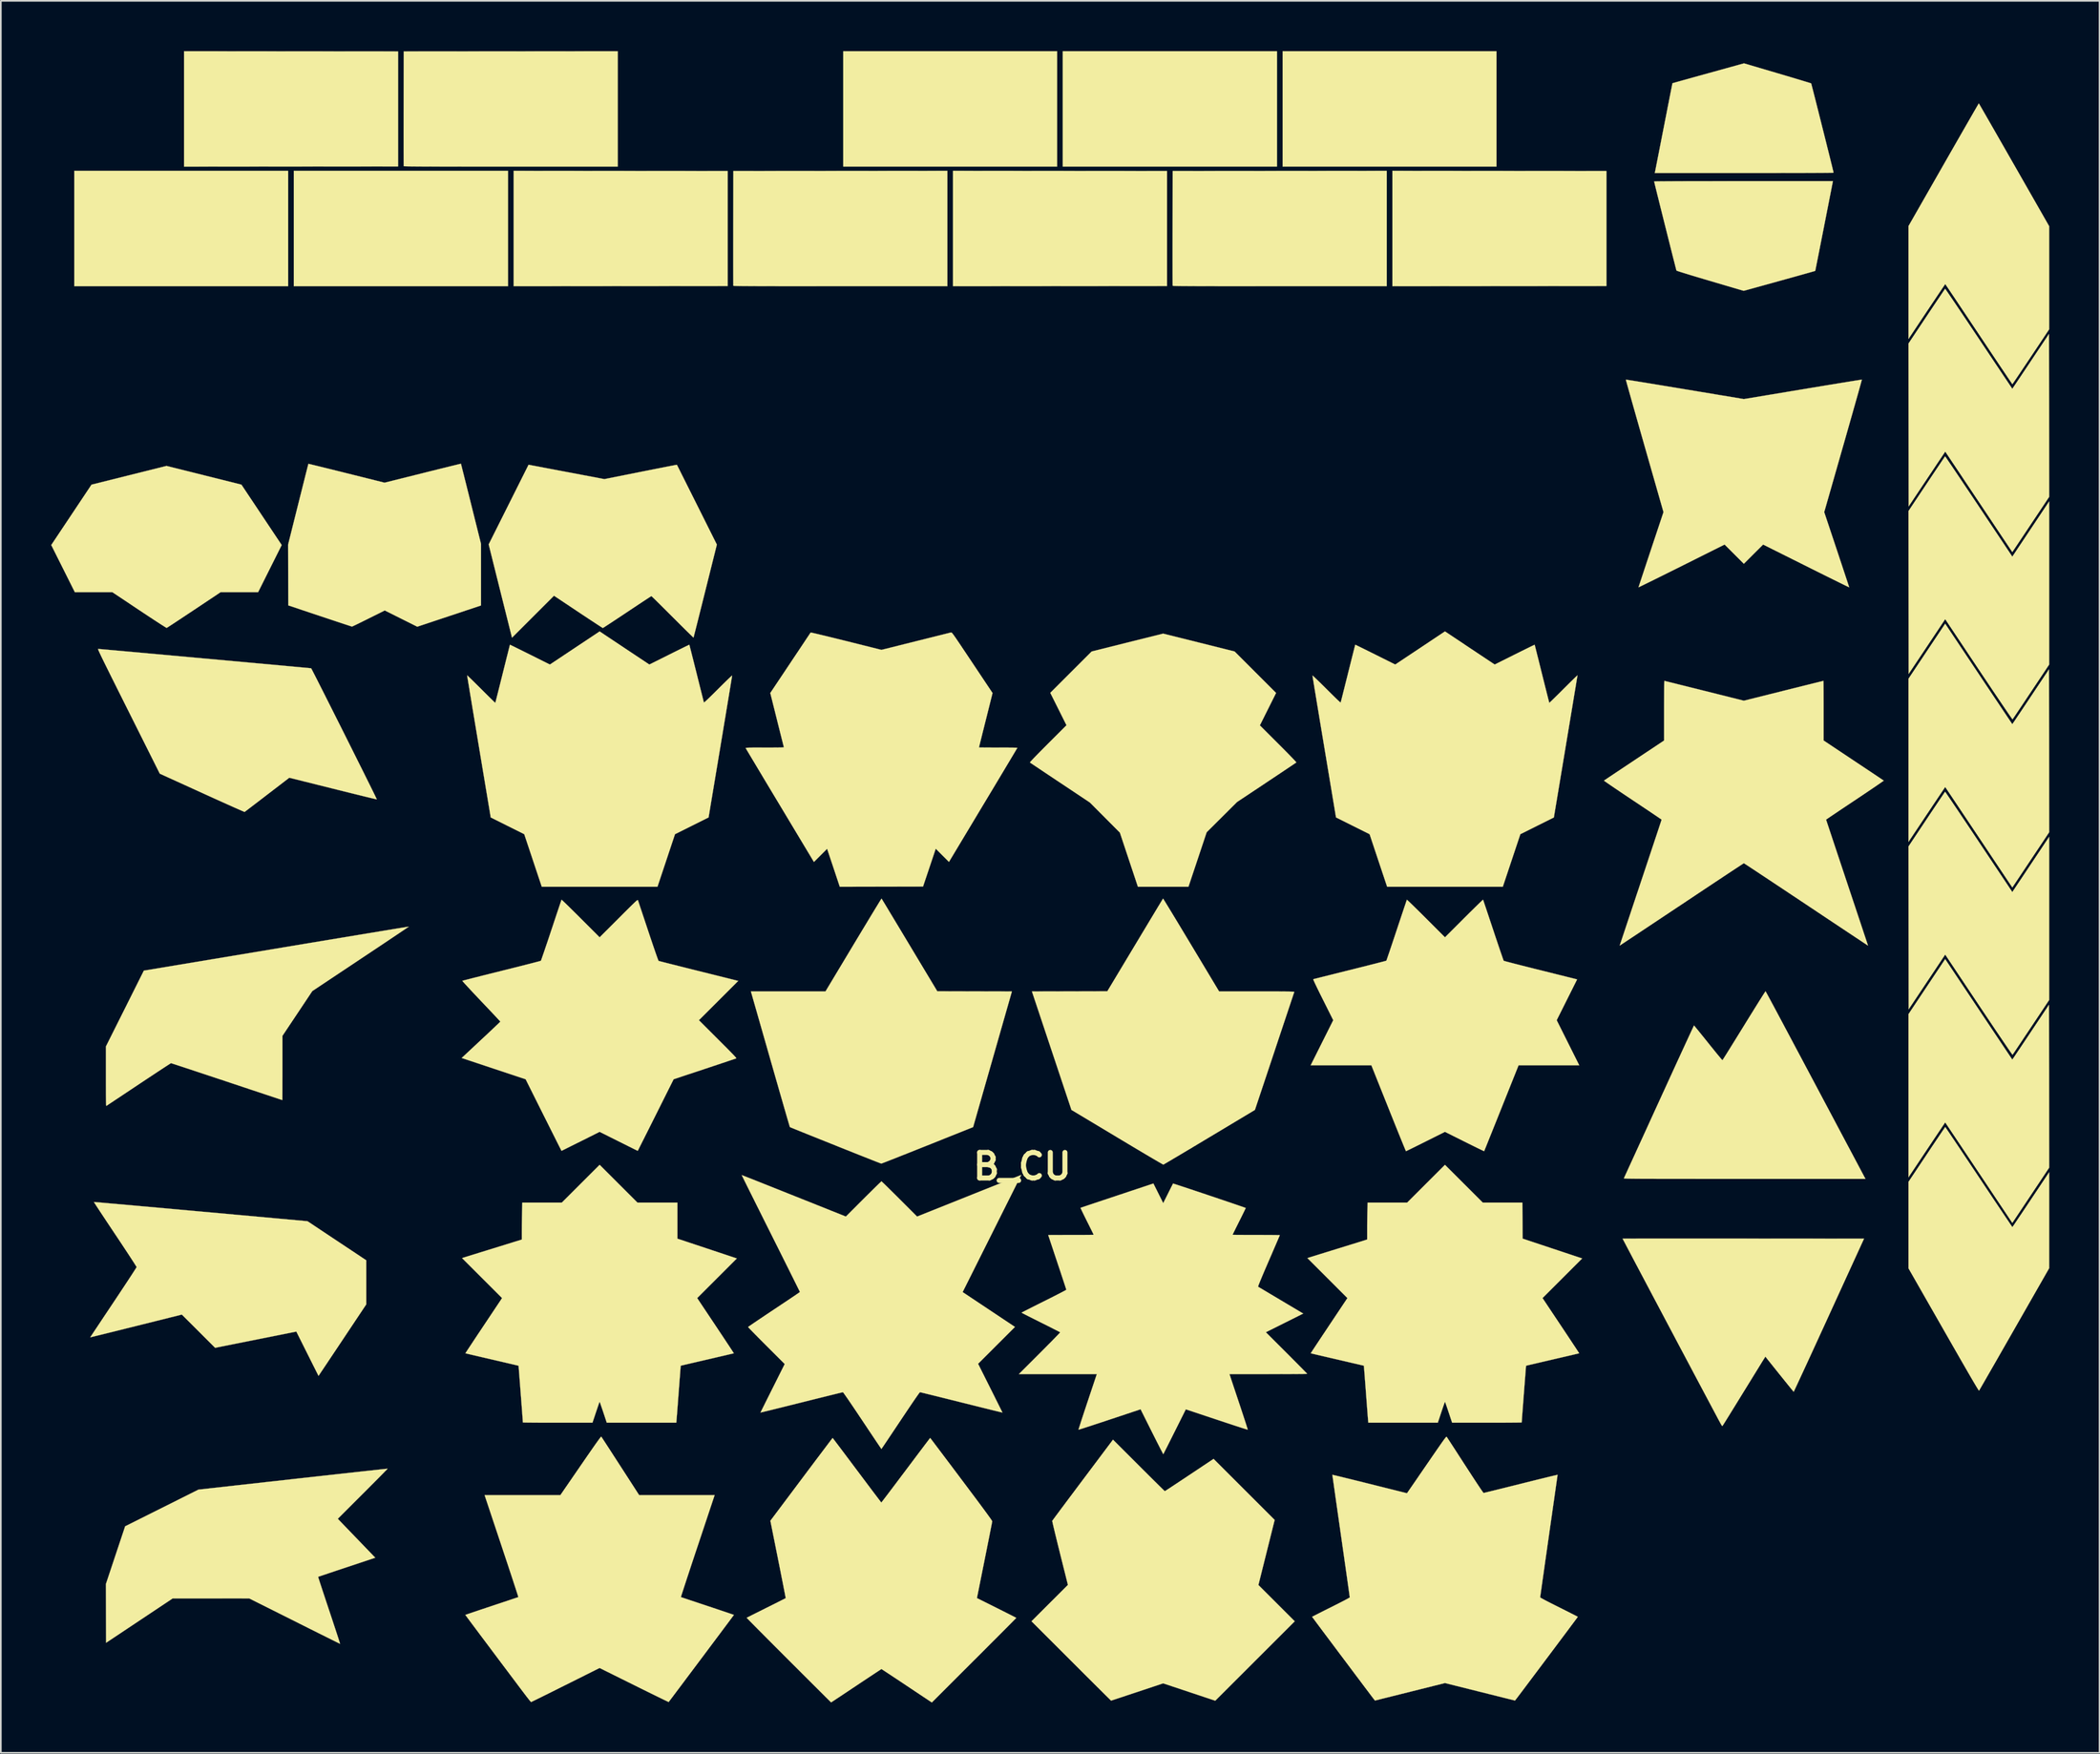
<source format=kicad_pcb>
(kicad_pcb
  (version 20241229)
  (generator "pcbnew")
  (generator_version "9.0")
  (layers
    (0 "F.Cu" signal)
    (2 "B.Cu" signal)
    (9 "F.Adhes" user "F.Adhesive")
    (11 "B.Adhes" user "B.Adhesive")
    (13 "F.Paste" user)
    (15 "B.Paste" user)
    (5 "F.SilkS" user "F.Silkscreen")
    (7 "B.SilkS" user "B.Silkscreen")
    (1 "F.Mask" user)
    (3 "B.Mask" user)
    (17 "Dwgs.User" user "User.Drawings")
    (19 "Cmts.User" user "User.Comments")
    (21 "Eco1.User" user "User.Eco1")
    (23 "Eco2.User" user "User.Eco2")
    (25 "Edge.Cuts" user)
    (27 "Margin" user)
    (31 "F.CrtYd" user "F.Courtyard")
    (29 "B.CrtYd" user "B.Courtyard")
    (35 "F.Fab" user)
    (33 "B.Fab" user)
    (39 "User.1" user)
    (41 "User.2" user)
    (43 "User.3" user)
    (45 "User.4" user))
  (footprint "B_CU"
    (layer "F.Cu")
    (at 57.872 66.511)
    (property "Reference" "B_CU" (at 0 0 0) (layer "F.SilkS") (effects (font (size 1.524 1.524) (thickness 0.3))))
    (attr through_hole)
    (fp_poly (pts (xy -43.752 -52.493) (xy -56.494 -52.493) (xy -56.494 -59.373) (xy -43.752 -59.373) (xy -43.752 -52.493)) (stroke (width 0.01) (type solid)) (fill yes) (layer "F.SilkS"))
    (fp_poly (pts (xy -30.649 -52.493) (xy -43.413 -52.493) (xy -43.413 -59.373) (xy -30.649 -59.373) (xy -30.649 -52.493)) (stroke (width 0.01) (type solid)) (fill yes) (layer "F.SilkS"))
    (fp_poly (pts (xy 2.074 -59.627) (xy -10.668 -59.627) (xy -10.668 -66.506) (xy 2.074 -66.506) (xy 2.074 -59.627)) (stroke (width 0.01) (type solid)) (fill yes) (layer "F.SilkS"))
    (fp_poly (pts (xy 15.177 -59.627) (xy 2.413 -59.627) (xy 2.413 -66.506) (xy 15.177 -66.506) (xy 15.177 -59.627)) (stroke (width 0.01) (type solid)) (fill yes) (layer "F.SilkS"))
    (fp_poly (pts (xy 28.258 -59.627) (xy 15.515 -59.627) (xy 15.515 -66.506) (xy 28.258 -66.506) (xy 28.258 -59.627)) (stroke (width 0.01) (type solid)) (fill yes) (layer "F.SilkS"))
    (fp_poly (pts (xy -43.577 -66.5) (xy -37.2 -66.495) (xy -37.2 -59.637) (xy -43.577 -59.632) (xy -49.953 -59.626) (xy -49.953 -66.506) (xy -43.577 -66.5)) (stroke (width 0.01) (type solid)) (fill yes) (layer "F.SilkS"))
    (fp_poly (pts (xy -23.934 -59.367) (xy -17.558 -59.362) (xy -17.558 -52.504) (xy -23.934 -52.499) (xy -30.311 -52.493) (xy -30.311 -59.373) (xy -23.934 -59.367)) (stroke (width 0.01) (type solid)) (fill yes) (layer "F.SilkS"))
    (fp_poly (pts (xy 2.249 -59.367) (xy 8.625 -59.362) (xy 8.625 -52.504) (xy 2.249 -52.499) (xy -4.128 -52.493) (xy -4.128 -59.373) (xy 2.249 -59.367)) (stroke (width 0.01) (type solid)) (fill yes) (layer "F.SilkS"))
    (fp_poly (pts (xy 28.432 -59.367) (xy 34.809 -59.362) (xy 34.809 -52.504) (xy 28.432 -52.499) (xy 22.056 -52.493) (xy 22.056 -59.373) (xy 28.432 -59.367)) (stroke (width 0.01) (type solid)) (fill yes) (layer "F.SilkS"))
    (fp_poly (pts (xy -48.768 -41.217) (xy -46.535 -40.658) (xy -44.136 -37.057) (xy -44.838 -35.652) (xy -45.54 -34.248) (xy -47.773 -34.248) (xy -49.365 -33.186) (xy -49.6 -33.03) (xy -49.824 -32.881) (xy -50.037 -32.74) (xy -50.234 -32.609) (xy -50.414 -32.49) (xy -50.575 -32.384) (xy -50.713 -32.294) (xy -50.826 -32.22) (xy -50.911 -32.165) (xy -50.967 -32.13) (xy -50.99 -32.117) (xy -50.99 -32.117) (xy -51.012 -32.127) (xy -51.066 -32.159) (xy -51.151 -32.212) (xy -51.263 -32.283) (xy -51.401 -32.371) (xy -51.56 -32.475) (xy -51.74 -32.592) (xy -51.937 -32.722) (xy -52.149 -32.862) (xy -52.374 -33.011) (xy -52.608 -33.167) (xy -52.626 -33.178) (xy -54.229 -34.248) (xy -56.462 -34.248) (xy -57.164 -35.652) (xy -57.867 -37.057) (xy -56.667 -38.857) (xy -55.467 -40.658) (xy -53.234 -41.216) (xy -51.001 -41.775) (xy -48.768 -41.217)) (stroke (width 0.01) (type solid)) (fill yes) (layer "F.SilkS"))
    (fp_poly (pts (xy -24.109 -59.627) (xy -30.481 -59.627) (xy -31.118 -59.627) (xy -31.714 -59.627) (xy -32.27 -59.627) (xy -32.787 -59.627) (xy -33.267 -59.627) (xy -33.71 -59.628) (xy -34.118 -59.628) (xy -34.493 -59.629) (xy -34.834 -59.63) (xy -35.145 -59.63) (xy -35.425 -59.631) (xy -35.676 -59.632) (xy -35.899 -59.633) (xy -36.095 -59.635) (xy -36.266 -59.636) (xy -36.413 -59.638) (xy -36.537 -59.639) (xy -36.638 -59.641) (xy -36.72 -59.643) (xy -36.781 -59.645) (xy -36.825 -59.647) (xy -36.851 -59.65) (xy -36.862 -59.653) (xy -36.863 -59.653) (xy -36.864 -59.677) (xy -36.865 -59.741) (xy -36.865 -59.842) (xy -36.866 -59.979) (xy -36.867 -60.15) (xy -36.867 -60.352) (xy -36.868 -60.582) (xy -36.868 -60.839) (xy -36.868 -61.12) (xy -36.869 -61.423) (xy -36.869 -61.746) (xy -36.868 -62.087) (xy -36.868 -62.442) (xy -36.868 -62.811) (xy -36.867 -63.087) (xy -36.862 -66.495) (xy -30.485 -66.5) (xy -24.109 -66.506) (xy -24.109 -59.627)) (stroke (width 0.01) (type solid)) (fill yes) (layer "F.SilkS"))
    (fp_poly (pts (xy -4.466 -52.493) (xy -10.838 -52.493) (xy -11.475 -52.493) (xy -12.071 -52.493) (xy -12.627 -52.494) (xy -13.144 -52.494) (xy -13.624 -52.494) (xy -14.067 -52.495) (xy -14.476 -52.495) (xy -14.85 -52.496) (xy -15.192 -52.496) (xy -15.502 -52.497) (xy -15.782 -52.498) (xy -16.033 -52.499) (xy -16.256 -52.5) (xy -16.453 -52.502) (xy -16.623 -52.503) (xy -16.77 -52.504) (xy -16.894 -52.506) (xy -16.996 -52.508) (xy -17.077 -52.51) (xy -17.139 -52.512) (xy -17.182 -52.514) (xy -17.209 -52.517) (xy -17.22 -52.519) (xy -17.22 -52.52) (xy -17.221 -52.544) (xy -17.222 -52.607) (xy -17.223 -52.709) (xy -17.224 -52.846) (xy -17.224 -53.017) (xy -17.225 -53.218) (xy -17.225 -53.449) (xy -17.226 -53.706) (xy -17.226 -53.987) (xy -17.226 -54.29) (xy -17.226 -54.613) (xy -17.226 -54.953) (xy -17.225 -55.309) (xy -17.225 -55.678) (xy -17.225 -55.954) (xy -17.219 -59.362) (xy -10.843 -59.367) (xy -4.466 -59.373) (xy -4.466 -52.493)) (stroke (width 0.01) (type solid)) (fill yes) (layer "F.SilkS"))
    (fp_poly (pts (xy 21.717 -52.493) (xy 15.345 -52.493) (xy 14.708 -52.493) (xy 14.112 -52.493) (xy 13.556 -52.494) (xy 13.039 -52.494) (xy 12.559 -52.494) (xy 12.116 -52.495) (xy 11.708 -52.495) (xy 11.333 -52.496) (xy 10.991 -52.496) (xy 10.681 -52.497) (xy 10.401 -52.498) (xy 10.15 -52.499) (xy 9.927 -52.5) (xy 9.731 -52.502) (xy 9.56 -52.503) (xy 9.413 -52.504) (xy 9.289 -52.506) (xy 9.187 -52.508) (xy 9.106 -52.51) (xy 9.044 -52.512) (xy 9.001 -52.514) (xy 8.974 -52.517) (xy 8.964 -52.519) (xy 8.963 -52.52) (xy 8.962 -52.544) (xy 8.961 -52.607) (xy 8.96 -52.709) (xy 8.96 -52.846) (xy 8.959 -53.017) (xy 8.958 -53.218) (xy 8.958 -53.449) (xy 8.958 -53.706) (xy 8.957 -53.987) (xy 8.957 -54.29) (xy 8.957 -54.613) (xy 8.957 -54.953) (xy 8.958 -55.309) (xy 8.958 -55.678) (xy 8.959 -55.954) (xy 8.964 -59.362) (xy 15.341 -59.367) (xy 21.717 -59.373) (xy 21.717 -52.493)) (stroke (width 0.01) (type solid)) (fill yes) (layer "F.SilkS"))
    (fp_poly (pts (xy 10.522 -31.242) (xy 12.651 -30.709) (xy 13.887 -29.473) (xy 15.123 -28.236) (xy 14.64 -27.27) (xy 14.157 -26.303) (xy 15.254 -25.206) (xy 15.465 -24.995) (xy 15.656 -24.802) (xy 15.826 -24.63) (xy 15.973 -24.479) (xy 16.097 -24.351) (xy 16.196 -24.247) (xy 16.268 -24.168) (xy 16.313 -24.116) (xy 16.33 -24.092) (xy 16.33 -24.091) (xy 16.309 -24.077) (xy 16.256 -24.041) (xy 16.173 -23.985) (xy 16.061 -23.91) (xy 15.924 -23.818) (xy 15.764 -23.711) (xy 15.583 -23.59) (xy 15.383 -23.456) (xy 15.167 -23.312) (xy 14.938 -23.159) (xy 14.697 -22.999) (xy 14.552 -22.902) (xy 12.795 -21.732) (xy 11.891 -20.831) (xy 10.986 -19.929) (xy 10.444 -18.304) (xy 9.902 -16.679) (xy 6.89 -16.679) (xy 5.816 -19.907) (xy 4.924 -20.804) (xy 4.032 -21.7) (xy 2.254 -22.886) (xy 2.007 -23.051) (xy 1.769 -23.21) (xy 1.544 -23.36) (xy 1.333 -23.501) (xy 1.139 -23.631) (xy 0.964 -23.748) (xy 0.811 -23.85) (xy 0.683 -23.937) (xy 0.58 -24.006) (xy 0.507 -24.055) (xy 0.465 -24.084) (xy 0.456 -24.091) (xy 0.466 -24.109) (xy 0.506 -24.156) (xy 0.574 -24.23) (xy 0.669 -24.331) (xy 0.79 -24.456) (xy 0.935 -24.605) (xy 1.105 -24.777) (xy 1.296 -24.97) (xy 1.509 -25.184) (xy 1.535 -25.21) (xy 2.635 -26.31) (xy 2.152 -27.277) (xy 1.669 -28.243) (xy 4.134 -30.709) (xy 6.263 -31.242) (xy 8.392 -31.774) (xy 10.522 -31.242)) (stroke (width 0.01) (type solid)) (fill yes) (layer "F.SilkS"))
    (fp_poly (pts (xy 56.995 -29.369) (xy 57.209 -29.047) (xy 57.418 -28.734) (xy 57.619 -28.434) (xy 57.811 -28.146) (xy 57.993 -27.873) (xy 58.164 -27.618) (xy 58.322 -27.381) (xy 58.467 -27.164) (xy 58.597 -26.97) (xy 58.711 -26.8) (xy 58.808 -26.656) (xy 58.886 -26.539) (xy 58.945 -26.452) (xy 58.983 -26.397) (xy 58.998 -26.374) (xy 58.999 -26.374) (xy 59.011 -26.391) (xy 59.045 -26.441) (xy 59.1 -26.521) (xy 59.173 -26.629) (xy 59.263 -26.763) (xy 59.368 -26.92) (xy 59.487 -27.097) (xy 59.617 -27.292) (xy 59.758 -27.503) (xy 59.908 -27.727) (xy 60.065 -27.962) (xy 60.094 -28.006) (xy 61.182 -29.639) (xy 61.188 -24.784) (xy 61.193 -19.929) (xy 60.096 -18.283) (xy 58.999 -16.637) (xy 57.002 -19.632) (xy 56.787 -19.954) (xy 56.579 -20.266) (xy 56.378 -20.567) (xy 56.186 -20.855) (xy 56.004 -21.127) (xy 55.833 -21.383) (xy 55.675 -21.62) (xy 55.53 -21.837) (xy 55.4 -22.031) (xy 55.286 -22.201) (xy 55.189 -22.345) (xy 55.111 -22.462) (xy 55.052 -22.549) (xy 55.014 -22.604) (xy 54.999 -22.627) (xy 54.998 -22.627) (xy 54.986 -22.61) (xy 54.951 -22.56) (xy 54.897 -22.48) (xy 54.824 -22.371) (xy 54.734 -22.238) (xy 54.629 -22.081) (xy 54.51 -21.904) (xy 54.379 -21.708) (xy 54.238 -21.498) (xy 54.089 -21.273) (xy 53.932 -21.038) (xy 53.901 -20.992) (xy 52.811 -19.357) (xy 52.811 -29.083) (xy 53.904 -30.723) (xy 54.998 -32.364) (xy 56.995 -29.369)) (stroke (width 0.01) (type solid)) (fill yes) (layer "F.SilkS"))
    (fp_poly (pts (xy 56.995 -9.366) (xy 57.209 -9.044) (xy 57.418 -8.732) (xy 57.619 -8.431) (xy 57.811 -8.143) (xy 57.993 -7.871) (xy 58.164 -7.615) (xy 58.322 -7.378) (xy 58.467 -7.162) (xy 58.597 -6.967) (xy 58.711 -6.797) (xy 58.808 -6.653) (xy 58.886 -6.537) (xy 58.945 -6.45) (xy 58.983 -6.394) (xy 58.998 -6.372) (xy 58.999 -6.371) (xy 59.011 -6.388) (xy 59.045 -6.438) (xy 59.1 -6.519) (xy 59.173 -6.627) (xy 59.263 -6.761) (xy 59.368 -6.917) (xy 59.487 -7.094) (xy 59.617 -7.29) (xy 59.758 -7.501) (xy 59.908 -7.725) (xy 60.065 -7.96) (xy 60.094 -8.004) (xy 61.182 -9.636) (xy 61.188 -4.781) (xy 61.193 0.074) (xy 60.096 1.72) (xy 58.999 3.366) (xy 57.002 0.37) (xy 56.787 0.049) (xy 56.579 -0.264) (xy 56.378 -0.565) (xy 56.186 -0.852) (xy 56.004 -1.125) (xy 55.833 -1.381) (xy 55.675 -1.618) (xy 55.53 -1.834) (xy 55.4 -2.028) (xy 55.286 -2.199) (xy 55.189 -2.343) (xy 55.111 -2.459) (xy 55.052 -2.546) (xy 55.014 -2.602) (xy 54.999 -2.624) (xy 54.998 -2.625) (xy 54.986 -2.607) (xy 54.951 -2.557) (xy 54.897 -2.477) (xy 54.824 -2.369) (xy 54.734 -2.235) (xy 54.629 -2.079) (xy 54.51 -1.901) (xy 54.379 -1.706) (xy 54.238 -1.495) (xy 54.089 -1.271) (xy 53.932 -1.036) (xy 53.901 -0.99) (xy 52.811 0.646) (xy 52.811 -9.081) (xy 53.904 -10.721) (xy 54.998 -12.361) (xy 56.995 -9.366)) (stroke (width 0.01) (type solid)) (fill yes) (layer "F.SilkS"))
    (fp_poly (pts (xy 55.005 -42.328) (xy 55.041 -42.279) (xy 55.097 -42.197) (xy 55.173 -42.086) (xy 55.268 -41.946) (xy 55.38 -41.781) (xy 55.508 -41.591) (xy 55.651 -41.378) (xy 55.808 -41.145) (xy 55.977 -40.892) (xy 56.158 -40.622) (xy 56.349 -40.337) (xy 56.549 -40.039) (xy 56.756 -39.728) (xy 56.97 -39.408) (xy 57.002 -39.359) (xy 58.999 -36.364) (xy 60.096 -38.01) (xy 61.193 -39.656) (xy 61.193 -34.793) (xy 61.193 -29.929) (xy 60.111 -28.305) (xy 59.953 -28.069) (xy 59.802 -27.842) (xy 59.659 -27.628) (xy 59.527 -27.429) (xy 59.405 -27.247) (xy 59.297 -27.086) (xy 59.204 -26.946) (xy 59.127 -26.832) (xy 59.068 -26.745) (xy 59.03 -26.688) (xy 59.012 -26.663) (xy 59.012 -26.662) (xy 58.998 -26.678) (xy 58.963 -26.726) (xy 58.906 -26.807) (xy 58.83 -26.917) (xy 58.735 -27.055) (xy 58.623 -27.22) (xy 58.494 -27.409) (xy 58.351 -27.621) (xy 58.194 -27.854) (xy 58.024 -28.106) (xy 57.843 -28.375) (xy 57.653 -28.66) (xy 57.453 -28.958) (xy 57.245 -29.268) (xy 57.031 -29.589) (xy 56.996 -29.641) (xy 54.998 -32.639) (xy 53.91 -31.006) (xy 52.821 -29.374) (xy 52.816 -34.229) (xy 52.811 -39.084) (xy 53.895 -40.71) (xy 54.052 -40.946) (xy 54.203 -41.173) (xy 54.346 -41.386) (xy 54.479 -41.585) (xy 54.6 -41.766) (xy 54.708 -41.926) (xy 54.801 -42.065) (xy 54.878 -42.178) (xy 54.936 -42.264) (xy 54.975 -42.32) (xy 54.992 -42.344) (xy 54.992 -42.345) (xy 55.005 -42.328)) (stroke (width 0.01) (type solid)) (fill yes) (layer "F.SilkS"))
    (fp_poly (pts (xy 55.005 -22.326) (xy 55.041 -22.276) (xy 55.097 -22.195) (xy 55.173 -22.083) (xy 55.268 -21.944) (xy 55.38 -21.778) (xy 55.508 -21.588) (xy 55.651 -21.376) (xy 55.808 -21.142) (xy 55.977 -20.89) (xy 56.158 -20.62) (xy 56.349 -20.335) (xy 56.549 -20.036) (xy 56.756 -19.726) (xy 56.97 -19.405) (xy 57.002 -19.356) (xy 58.999 -16.362) (xy 60.096 -18.007) (xy 61.193 -19.653) (xy 61.193 -14.79) (xy 61.193 -9.927) (xy 60.111 -8.303) (xy 59.953 -8.066) (xy 59.802 -7.84) (xy 59.659 -7.626) (xy 59.527 -7.426) (xy 59.405 -7.245) (xy 59.297 -7.083) (xy 59.204 -6.944) (xy 59.127 -6.829) (xy 59.068 -6.742) (xy 59.03 -6.685) (xy 59.012 -6.66) (xy 59.012 -6.66) (xy 58.998 -6.675) (xy 58.963 -6.724) (xy 58.906 -6.804) (xy 58.83 -6.915) (xy 58.735 -7.053) (xy 58.623 -7.218) (xy 58.494 -7.407) (xy 58.351 -7.619) (xy 58.194 -7.852) (xy 58.024 -8.103) (xy 57.843 -8.373) (xy 57.653 -8.657) (xy 57.453 -8.956) (xy 57.245 -9.266) (xy 57.031 -9.586) (xy 56.996 -9.639) (xy 54.998 -12.637) (xy 53.91 -11.004) (xy 52.821 -9.371) (xy 52.816 -14.226) (xy 52.811 -19.081) (xy 53.895 -20.708) (xy 54.052 -20.944) (xy 54.203 -21.17) (xy 54.346 -21.384) (xy 54.479 -21.582) (xy 54.6 -21.763) (xy 54.708 -21.924) (xy 54.801 -22.062) (xy 54.878 -22.176) (xy 54.936 -22.262) (xy 54.975 -22.318) (xy 54.992 -22.342) (xy 54.992 -22.342) (xy 55.005 -22.326)) (stroke (width 0.01) (type solid)) (fill yes) (layer "F.SilkS"))
    (fp_poly (pts (xy -33.449 -41.885) (xy -33.433 -41.825) (xy -33.409 -41.73) (xy -33.377 -41.601) (xy -33.337 -41.441) (xy -33.289 -41.253) (xy -33.236 -41.04) (xy -33.176 -40.803) (xy -33.112 -40.546) (xy -33.043 -40.27) (xy -32.97 -39.979) (xy -32.894 -39.676) (xy -32.854 -39.513) (xy -32.258 -37.126) (xy -32.258 -33.454) (xy -34.156 -32.821) (xy -36.055 -32.188) (xy -37.025 -32.673) (xy -37.994 -33.157) (xy -38.957 -32.676) (xy -39.145 -32.582) (xy -39.322 -32.495) (xy -39.484 -32.415) (xy -39.628 -32.345) (xy -39.749 -32.286) (xy -39.845 -32.241) (xy -39.911 -32.21) (xy -39.944 -32.197) (xy -39.947 -32.196) (xy -39.97 -32.203) (xy -40.031 -32.222) (xy -40.126 -32.253) (xy -40.253 -32.295) (xy -40.409 -32.346) (xy -40.591 -32.406) (xy -40.796 -32.474) (xy -41.021 -32.549) (xy -41.264 -32.63) (xy -41.522 -32.716) (xy -41.791 -32.806) (xy -41.857 -32.828) (xy -43.741 -33.457) (xy -43.752 -37.083) (xy -43.151 -39.487) (xy -43.073 -39.798) (xy -42.998 -40.097) (xy -42.926 -40.382) (xy -42.859 -40.651) (xy -42.796 -40.9) (xy -42.739 -41.127) (xy -42.688 -41.331) (xy -42.643 -41.507) (xy -42.606 -41.654) (xy -42.576 -41.769) (xy -42.555 -41.849) (xy -42.544 -41.892) (xy -42.542 -41.899) (xy -42.52 -41.895) (xy -42.461 -41.882) (xy -42.365 -41.859) (xy -42.237 -41.828) (xy -42.078 -41.789) (xy -41.891 -41.743) (xy -41.678 -41.691) (xy -41.443 -41.633) (xy -41.188 -41.57) (xy -40.916 -41.502) (xy -40.629 -41.431) (xy -40.33 -41.356) (xy -40.269 -41.341) (xy -38.005 -40.775) (xy -35.732 -41.343) (xy -35.43 -41.419) (xy -35.14 -41.491) (xy -34.864 -41.56) (xy -34.605 -41.624) (xy -34.365 -41.683) (xy -34.148 -41.737) (xy -33.955 -41.785) (xy -33.79 -41.825) (xy -33.655 -41.858) (xy -33.552 -41.883) (xy -33.485 -41.899) (xy -33.455 -41.905) (xy -33.454 -41.905) (xy -33.449 -41.885)) (stroke (width 0.01) (type solid)) (fill yes) (layer "F.SilkS"))
    (fp_poly (pts (xy 6.941 17.831) (xy 7.153 18.043) (xy 7.357 18.246) (xy 7.55 18.439) (xy 7.731 18.619) (xy 7.897 18.784) (xy 8.048 18.933) (xy 8.179 19.063) (xy 8.291 19.173) (xy 8.38 19.26) (xy 8.445 19.323) (xy 8.483 19.359) (xy 8.493 19.367) (xy 8.513 19.356) (xy 8.565 19.323) (xy 8.647 19.269) (xy 8.757 19.198) (xy 8.891 19.11) (xy 9.047 19.007) (xy 9.222 18.891) (xy 9.414 18.763) (xy 9.621 18.626) (xy 9.838 18.481) (xy 9.954 18.404) (xy 11.398 17.441) (xy 15.039 21.082) (xy 14.07 24.96) (xy 15.152 26.042) (xy 16.235 27.125) (xy 11.499 31.861) (xy 9.946 31.343) (xy 8.393 30.826) (xy 6.848 31.341) (xy 6.602 31.423) (xy 6.368 31.5) (xy 6.149 31.573) (xy 5.949 31.64) (xy 5.769 31.699) (xy 5.613 31.751) (xy 5.484 31.793) (xy 5.386 31.826) (xy 5.321 31.847) (xy 5.293 31.856) (xy 5.292 31.856) (xy 5.276 31.841) (xy 5.232 31.798) (xy 5.161 31.728) (xy 5.065 31.633) (xy 4.945 31.515) (xy 4.804 31.374) (xy 4.642 31.213) (xy 4.461 31.034) (xy 4.264 30.837) (xy 4.051 30.624) (xy 3.824 30.398) (xy 3.585 30.159) (xy 3.335 29.909) (xy 3.076 29.65) (xy 2.916 29.49) (xy 0.55 27.125) (xy 2.72 24.956) (xy 2.246 23.062) (xy 2.178 22.786) (xy 2.112 22.522) (xy 2.051 22.272) (xy 1.994 22.039) (xy 1.942 21.826) (xy 1.897 21.637) (xy 1.858 21.473) (xy 1.827 21.339) (xy 1.804 21.236) (xy 1.789 21.168) (xy 1.785 21.138) (xy 1.785 21.137) (xy 1.799 21.117) (xy 1.837 21.065) (xy 1.897 20.983) (xy 1.978 20.872) (xy 2.08 20.736) (xy 2.199 20.576) (xy 2.335 20.393) (xy 2.487 20.19) (xy 2.652 19.968) (xy 2.83 19.73) (xy 3.019 19.478) (xy 3.217 19.213) (xy 3.424 18.937) (xy 3.601 18.701) (xy 5.405 16.295) (xy 6.941 17.831)) (stroke (width 0.01) (type solid)) (fill yes) (layer "F.SilkS"))
    (fp_poly (pts (xy 55.008 -52.321) (xy 55.044 -52.271) (xy 55.1 -52.19) (xy 55.176 -52.079) (xy 55.271 -51.939) (xy 55.383 -51.774) (xy 55.512 -51.584) (xy 55.655 -51.372) (xy 55.812 -51.138) (xy 55.982 -50.886) (xy 56.162 -50.617) (xy 56.353 -50.332) (xy 56.553 -50.033) (xy 56.76 -49.723) (xy 56.974 -49.403) (xy 57.001 -49.362) (xy 57.216 -49.04) (xy 57.424 -48.728) (xy 57.624 -48.428) (xy 57.816 -48.141) (xy 57.997 -47.869) (xy 58.168 -47.614) (xy 58.326 -47.377) (xy 58.47 -47.161) (xy 58.6 -46.968) (xy 58.714 -46.798) (xy 58.81 -46.655) (xy 58.888 -46.539) (xy 58.946 -46.453) (xy 58.983 -46.398) (xy 58.998 -46.376) (xy 58.999 -46.376) (xy 59.011 -46.393) (xy 59.046 -46.443) (xy 59.1 -46.524) (xy 59.173 -46.632) (xy 59.263 -46.766) (xy 59.368 -46.922) (xy 59.487 -47.099) (xy 59.617 -47.295) (xy 59.758 -47.506) (xy 59.908 -47.73) (xy 60.065 -47.965) (xy 60.094 -48.009) (xy 61.182 -49.641) (xy 61.188 -44.786) (xy 61.193 -39.931) (xy 60.096 -38.285) (xy 58.999 -36.639) (xy 57.002 -39.635) (xy 56.787 -39.956) (xy 56.579 -40.269) (xy 56.378 -40.57) (xy 56.186 -40.857) (xy 56.005 -41.13) (xy 55.834 -41.386) (xy 55.676 -41.623) (xy 55.531 -41.839) (xy 55.401 -42.033) (xy 55.288 -42.203) (xy 55.191 -42.348) (xy 55.113 -42.464) (xy 55.055 -42.551) (xy 55.017 -42.607) (xy 55.002 -42.629) (xy 55.002 -42.63) (xy 54.99 -42.612) (xy 54.956 -42.562) (xy 54.902 -42.482) (xy 54.829 -42.374) (xy 54.74 -42.24) (xy 54.635 -42.084) (xy 54.516 -41.907) (xy 54.386 -41.711) (xy 54.245 -41.5) (xy 54.096 -41.276) (xy 53.939 -41.042) (xy 53.91 -40.997) (xy 52.821 -39.364) (xy 52.811 -49.074) (xy 53.895 -50.701) (xy 54.052 -50.937) (xy 54.203 -51.163) (xy 54.346 -51.377) (xy 54.479 -51.576) (xy 54.601 -51.757) (xy 54.709 -51.918) (xy 54.803 -52.056) (xy 54.879 -52.17) (xy 54.938 -52.256) (xy 54.977 -52.312) (xy 54.994 -52.336) (xy 54.995 -52.337) (xy 55.008 -52.321)) (stroke (width 0.01) (type solid)) (fill yes) (layer "F.SilkS"))
    (fp_poly (pts (xy -37.826 18.027) (xy -37.839 18.043) (xy -37.88 18.087) (xy -37.948 18.156) (xy -38.039 18.25) (xy -38.152 18.365) (xy -38.285 18.5) (xy -38.436 18.653) (xy -38.604 18.821) (xy -38.785 19.003) (xy -38.978 19.197) (xy -39.181 19.401) (xy -39.305 19.524) (xy -40.793 21.013) (xy -38.56 23.334) (xy -40.259 23.901) (xy -40.516 23.987) (xy -40.762 24.069) (xy -40.994 24.146) (xy -41.207 24.218) (xy -41.4 24.282) (xy -41.57 24.34) (xy -41.713 24.388) (xy -41.827 24.427) (xy -41.909 24.454) (xy -41.955 24.471) (xy -41.965 24.474) (xy -41.96 24.495) (xy -41.942 24.553) (xy -41.912 24.646) (xy -41.872 24.771) (xy -41.821 24.925) (xy -41.762 25.106) (xy -41.695 25.311) (xy -41.62 25.536) (xy -41.539 25.781) (xy -41.453 26.041) (xy -41.362 26.314) (xy -41.308 26.476) (xy -41.215 26.755) (xy -41.126 27.022) (xy -41.043 27.275) (xy -40.965 27.511) (xy -40.894 27.728) (xy -40.83 27.922) (xy -40.775 28.091) (xy -40.73 28.232) (xy -40.695 28.342) (xy -40.671 28.42) (xy -40.659 28.461) (xy -40.658 28.468) (xy -40.678 28.459) (xy -40.734 28.431) (xy -40.823 28.387) (xy -40.944 28.327) (xy -41.095 28.252) (xy -41.272 28.164) (xy -41.474 28.063) (xy -41.7 27.95) (xy -41.946 27.828) (xy -42.21 27.695) (xy -42.492 27.555) (xy -42.787 27.407) (xy -43.095 27.253) (xy -43.37 27.114) (xy -46.069 25.762) (xy -48.35 25.761) (xy -50.631 25.76) (xy -54.599 28.406) (xy -54.605 26.655) (xy -54.61 24.903) (xy -54.037 23.182) (xy -53.463 21.461) (xy -49.096 19.274) (xy -43.466 18.646) (xy -42.982 18.592) (xy -42.509 18.54) (xy -42.049 18.489) (xy -41.603 18.439) (xy -41.174 18.392) (xy -40.762 18.346) (xy -40.37 18.303) (xy -39.999 18.262) (xy -39.652 18.224) (xy -39.329 18.188) (xy -39.033 18.156) (xy -38.765 18.127) (xy -38.527 18.101) (xy -38.321 18.078) (xy -38.148 18.06) (xy -38.01 18.045) (xy -37.91 18.035) (xy -37.848 18.029) (xy -37.826 18.027) (xy -37.826 18.027)) (stroke (width 0.01) (type solid)) (fill yes) (layer "F.SilkS"))
    (fp_poly (pts (xy 57.013 -63.375) (xy 57.045 -63.322) (xy 57.095 -63.235) (xy 57.163 -63.117) (xy 57.248 -62.97) (xy 57.35 -62.794) (xy 57.466 -62.592) (xy 57.596 -62.365) (xy 57.739 -62.115) (xy 57.894 -61.845) (xy 58.06 -61.555) (xy 58.236 -61.247) (xy 58.421 -60.924) (xy 58.614 -60.587) (xy 58.814 -60.237) (xy 59.02 -59.876) (xy 59.103 -59.732) (xy 61.193 -56.071) (xy 61.193 -49.922) (xy 60.103 -48.286) (xy 59.945 -48.05) (xy 59.793 -47.823) (xy 59.65 -47.61) (xy 59.517 -47.411) (xy 59.396 -47.23) (xy 59.288 -47.069) (xy 59.194 -46.931) (xy 59.118 -46.818) (xy 59.059 -46.732) (xy 59.02 -46.676) (xy 59.003 -46.652) (xy 59.002 -46.651) (xy 58.989 -46.669) (xy 58.954 -46.719) (xy 58.899 -46.802) (xy 58.823 -46.914) (xy 58.728 -47.054) (xy 58.617 -47.22) (xy 58.489 -47.411) (xy 58.346 -47.624) (xy 58.189 -47.858) (xy 58.02 -48.111) (xy 57.839 -48.381) (xy 57.649 -48.666) (xy 57.449 -48.965) (xy 57.242 -49.276) (xy 57.028 -49.596) (xy 57.002 -49.636) (xy 56.787 -49.957) (xy 56.579 -50.269) (xy 56.379 -50.569) (xy 56.187 -50.856) (xy 56.005 -51.128) (xy 55.835 -51.383) (xy 55.676 -51.62) (xy 55.532 -51.836) (xy 55.402 -52.029) (xy 55.288 -52.199) (xy 55.192 -52.342) (xy 55.113 -52.458) (xy 55.055 -52.544) (xy 55.017 -52.599) (xy 55.002 -52.62) (xy 55.002 -52.62) (xy 54.989 -52.603) (xy 54.954 -52.553) (xy 54.899 -52.473) (xy 54.825 -52.364) (xy 54.735 -52.231) (xy 54.63 -52.074) (xy 54.511 -51.897) (xy 54.38 -51.701) (xy 54.238 -51.49) (xy 54.088 -51.266) (xy 53.932 -51.031) (xy 53.901 -50.985) (xy 52.811 -49.35) (xy 52.811 -56.076) (xy 54.901 -59.735) (xy 55.109 -60.099) (xy 55.311 -60.453) (xy 55.507 -60.795) (xy 55.695 -61.124) (xy 55.875 -61.438) (xy 56.045 -61.735) (xy 56.205 -62.013) (xy 56.353 -62.271) (xy 56.488 -62.506) (xy 56.61 -62.718) (xy 56.717 -62.905) (xy 56.809 -63.063) (xy 56.884 -63.193) (xy 56.942 -63.292) (xy 56.98 -63.358) (xy 57 -63.39) (xy 57.002 -63.393) (xy 57.013 -63.375)) (stroke (width 0.01) (type solid)) (fill yes) (layer "F.SilkS"))
    (fp_poly (pts (xy 55.014 -2.332) (xy 55.049 -2.281) (xy 55.105 -2.199) (xy 55.181 -2.087) (xy 55.275 -1.947) (xy 55.387 -1.78) (xy 55.515 -1.59) (xy 55.658 -1.377) (xy 55.815 -1.143) (xy 55.984 -0.89) (xy 56.164 -0.62) (xy 56.355 -0.334) (xy 56.554 -0.036) (xy 56.762 0.275) (xy 56.975 0.595) (xy 57.002 0.635) (xy 57.216 0.956) (xy 57.424 1.268) (xy 57.625 1.569) (xy 57.816 1.856) (xy 57.998 2.128) (xy 58.169 2.383) (xy 58.327 2.619) (xy 58.472 2.835) (xy 58.602 3.028) (xy 58.716 3.198) (xy 58.812 3.341) (xy 58.89 3.457) (xy 58.949 3.543) (xy 58.986 3.598) (xy 59.002 3.619) (xy 59.002 3.619) (xy 59.015 3.602) (xy 59.05 3.552) (xy 59.105 3.472) (xy 59.178 3.364) (xy 59.269 3.23) (xy 59.374 3.073) (xy 59.493 2.896) (xy 59.624 2.701) (xy 59.765 2.49) (xy 59.915 2.265) (xy 60.072 2.03) (xy 60.103 1.984) (xy 61.193 0.349) (xy 61.193 6.07) (xy 59.115 9.708) (xy 58.908 10.071) (xy 58.706 10.424) (xy 58.51 10.767) (xy 58.322 11.095) (xy 58.143 11.409) (xy 57.973 11.707) (xy 57.813 11.985) (xy 57.665 12.243) (xy 57.529 12.48) (xy 57.407 12.692) (xy 57.3 12.879) (xy 57.208 13.038) (xy 57.133 13.169) (xy 57.075 13.268) (xy 57.036 13.335) (xy 57.017 13.367) (xy 57.015 13.37) (xy 57.006 13.363) (xy 56.986 13.336) (xy 56.954 13.286) (xy 56.909 13.214) (xy 56.851 13.118) (xy 56.779 12.998) (xy 56.693 12.851) (xy 56.591 12.678) (xy 56.474 12.477) (xy 56.341 12.247) (xy 56.192 11.988) (xy 56.024 11.697) (xy 55.839 11.375) (xy 55.636 11.02) (xy 55.413 10.631) (xy 55.171 10.207) (xy 54.908 9.748) (xy 54.901 9.735) (xy 52.811 6.075) (xy 52.811 0.921) (xy 53.901 -0.714) (xy 54.059 -0.951) (xy 54.21 -1.178) (xy 54.353 -1.391) (xy 54.486 -1.59) (xy 54.608 -1.771) (xy 54.716 -1.932) (xy 54.809 -2.07) (xy 54.886 -2.183) (xy 54.945 -2.269) (xy 54.984 -2.325) (xy 55.001 -2.349) (xy 55.002 -2.349) (xy 55.014 -2.332)) (stroke (width 0.01) (type solid)) (fill yes) (layer "F.SilkS"))
    (fp_poly (pts (xy 8.4 -15.956) (xy 8.432 -15.905) (xy 8.484 -15.822) (xy 8.554 -15.708) (xy 8.641 -15.566) (xy 8.744 -15.397) (xy 8.862 -15.204) (xy 8.993 -14.988) (xy 9.136 -14.751) (xy 9.29 -14.496) (xy 9.454 -14.223) (xy 9.627 -13.936) (xy 9.807 -13.637) (xy 9.994 -13.326) (xy 10.064 -13.21) (xy 11.729 -10.435) (xy 13.973 -10.435) (xy 14.343 -10.435) (xy 14.672 -10.435) (xy 14.963 -10.434) (xy 15.217 -10.434) (xy 15.438 -10.433) (xy 15.625 -10.431) (xy 15.783 -10.43) (xy 15.913 -10.428) (xy 16.016 -10.425) (xy 16.094 -10.423) (xy 16.151 -10.42) (xy 16.187 -10.416) (xy 16.206 -10.412) (xy 16.208 -10.409) (xy 16.201 -10.386) (xy 16.181 -10.325) (xy 16.148 -10.229) (xy 16.105 -10.098) (xy 16.05 -9.935) (xy 15.986 -9.743) (xy 15.912 -9.522) (xy 15.83 -9.276) (xy 15.74 -9.006) (xy 15.643 -8.715) (xy 15.539 -8.403) (xy 15.43 -8.075) (xy 15.315 -7.731) (xy 15.196 -7.373) (xy 15.073 -7.004) (xy 15.031 -6.876) (xy 13.862 -3.371) (xy 11.151 -1.744) (xy 10.84 -1.557) (xy 10.538 -1.376) (xy 10.248 -1.203) (xy 9.972 -1.037) (xy 9.712 -0.882) (xy 9.469 -0.737) (xy 9.246 -0.604) (xy 9.044 -0.485) (xy 8.867 -0.379) (xy 8.715 -0.29) (xy 8.591 -0.217) (xy 8.497 -0.162) (xy 8.435 -0.126) (xy 8.407 -0.111) (xy 8.406 -0.111) (xy 8.384 -0.121) (xy 8.328 -0.151) (xy 8.24 -0.202) (xy 8.121 -0.27) (xy 7.974 -0.356) (xy 7.802 -0.457) (xy 7.605 -0.573) (xy 7.385 -0.703) (xy 7.146 -0.845) (xy 6.889 -0.998) (xy 6.615 -1.161) (xy 6.327 -1.333) (xy 6.028 -1.512) (xy 5.718 -1.698) (xy 5.651 -1.738) (xy 2.93 -3.371) (xy 1.752 -6.903) (xy 0.575 -10.435) (xy 2.821 -10.44) (xy 5.067 -10.446) (xy 6.722 -13.204) (xy 6.91 -13.517) (xy 7.092 -13.821) (xy 7.268 -14.113) (xy 7.435 -14.391) (xy 7.592 -14.653) (xy 7.739 -14.897) (xy 7.874 -15.121) (xy 7.996 -15.324) (xy 8.103 -15.503) (xy 8.196 -15.656) (xy 8.271 -15.781) (xy 8.329 -15.876) (xy 8.368 -15.94) (xy 8.386 -15.97) (xy 8.388 -15.973) (xy 8.4 -15.956)) (stroke (width 0.01) (type solid)) (fill yes) (layer "F.SilkS"))
    (fp_poly (pts (xy 45 -65.194) (xy 45.281 -65.111) (xy 45.551 -65.031) (xy 45.806 -64.955) (xy 46.045 -64.884) (xy 46.263 -64.818) (xy 46.459 -64.759) (xy 46.63 -64.707) (xy 46.773 -64.664) (xy 46.884 -64.629) (xy 46.962 -64.604) (xy 47.004 -64.59) (xy 47.01 -64.588) (xy 47.016 -64.566) (xy 47.033 -64.506) (xy 47.057 -64.41) (xy 47.09 -64.283) (xy 47.13 -64.126) (xy 47.177 -63.943) (xy 47.23 -63.737) (xy 47.287 -63.51) (xy 47.349 -63.266) (xy 47.414 -63.008) (xy 47.482 -62.738) (xy 47.552 -62.46) (xy 47.623 -62.176) (xy 47.695 -61.89) (xy 47.767 -61.603) (xy 47.838 -61.321) (xy 47.907 -61.044) (xy 47.973 -60.777) (xy 48.037 -60.522) (xy 48.097 -60.283) (xy 48.152 -60.061) (xy 48.201 -59.861) (xy 48.245 -59.684) (xy 48.281 -59.535) (xy 48.31 -59.416) (xy 48.331 -59.329) (xy 48.342 -59.279) (xy 48.345 -59.267) (xy 48.324 -59.264) (xy 48.26 -59.262) (xy 48.154 -59.259) (xy 48.006 -59.257) (xy 47.816 -59.255) (xy 47.583 -59.254) (xy 47.308 -59.252) (xy 46.991 -59.251) (xy 46.632 -59.249) (xy 46.231 -59.248) (xy 45.787 -59.248) (xy 45.301 -59.247) (xy 44.773 -59.246) (xy 44.203 -59.246) (xy 43.591 -59.246) (xy 43.019 -59.245) (xy 37.693 -59.245) (xy 37.704 -59.293) (xy 37.71 -59.32) (xy 37.722 -59.385) (xy 37.743 -59.487) (xy 37.769 -59.623) (xy 37.802 -59.79) (xy 37.841 -59.986) (xy 37.884 -60.208) (xy 37.933 -60.455) (xy 37.985 -60.722) (xy 38.041 -61.008) (xy 38.1 -61.311) (xy 38.162 -61.627) (xy 38.226 -61.954) (xy 38.228 -61.965) (xy 38.292 -62.292) (xy 38.354 -62.607) (xy 38.413 -62.908) (xy 38.468 -63.193) (xy 38.521 -63.458) (xy 38.568 -63.702) (xy 38.612 -63.921) (xy 38.65 -64.115) (xy 38.682 -64.279) (xy 38.709 -64.411) (xy 38.728 -64.51) (xy 38.741 -64.573) (xy 38.746 -64.596) (xy 38.746 -64.596) (xy 38.766 -64.602) (xy 38.825 -64.619) (xy 38.919 -64.646) (xy 39.046 -64.682) (xy 39.203 -64.726) (xy 39.387 -64.777) (xy 39.597 -64.835) (xy 39.828 -64.9) (xy 40.078 -64.97) (xy 40.345 -65.044) (xy 40.626 -65.122) (xy 40.879 -65.192) (xy 43.007 -65.782) (xy 45 -65.194)) (stroke (width 0.01) (type solid)) (fill yes) (layer "F.SilkS"))
    (fp_poly (pts (xy -8.376 -15.954) (xy -8.343 -15.9) (xy -8.291 -15.814) (xy -8.221 -15.698) (xy -8.134 -15.554) (xy -8.031 -15.383) (xy -7.914 -15.187) (xy -7.783 -14.97) (xy -7.639 -14.731) (xy -7.485 -14.475) (xy -7.321 -14.202) (xy -7.148 -13.914) (xy -6.968 -13.614) (xy -6.782 -13.303) (xy -6.722 -13.204) (xy -5.067 -10.446) (xy -2.844 -10.44) (xy -0.62 -10.435) (xy -2.932 -2.345) (xy -5.651 -1.257) (xy -5.976 -1.128) (xy -6.289 -1.003) (xy -6.59 -0.883) (xy -6.876 -0.769) (xy -7.144 -0.663) (xy -7.393 -0.564) (xy -7.619 -0.474) (xy -7.822 -0.395) (xy -7.998 -0.325) (xy -8.145 -0.268) (xy -8.262 -0.223) (xy -8.345 -0.191) (xy -8.392 -0.174) (xy -8.403 -0.17) (xy -8.426 -0.178) (xy -8.486 -0.201) (xy -8.581 -0.238) (xy -8.709 -0.287) (xy -8.866 -0.349) (xy -9.051 -0.422) (xy -9.262 -0.506) (xy -9.497 -0.599) (xy -9.752 -0.7) (xy -10.026 -0.809) (xy -10.317 -0.925) (xy -10.622 -1.047) (xy -10.939 -1.173) (xy -11.134 -1.252) (xy -11.456 -1.381) (xy -11.768 -1.506) (xy -12.067 -1.626) (xy -12.351 -1.74) (xy -12.617 -1.847) (xy -12.863 -1.946) (xy -13.087 -2.036) (xy -13.287 -2.117) (xy -13.46 -2.187) (xy -13.604 -2.246) (xy -13.717 -2.292) (xy -13.796 -2.325) (xy -13.84 -2.343) (xy -13.849 -2.347) (xy -13.856 -2.369) (xy -13.874 -2.429) (xy -13.903 -2.527) (xy -13.942 -2.659) (xy -13.99 -2.823) (xy -14.047 -3.019) (xy -14.112 -3.244) (xy -14.185 -3.496) (xy -14.265 -3.773) (xy -14.351 -4.073) (xy -14.444 -4.394) (xy -14.541 -4.734) (xy -14.644 -5.092) (xy -14.751 -5.465) (xy -14.861 -5.851) (xy -14.975 -6.248) (xy -15.005 -6.354) (xy -15.12 -6.755) (xy -15.231 -7.145) (xy -15.339 -7.522) (xy -15.443 -7.885) (xy -15.542 -8.232) (xy -15.636 -8.56) (xy -15.724 -8.867) (xy -15.805 -9.152) (xy -15.88 -9.413) (xy -15.947 -9.647) (xy -16.006 -9.853) (xy -16.056 -10.028) (xy -16.097 -10.172) (xy -16.128 -10.281) (xy -16.149 -10.353) (xy -16.159 -10.388) (xy -16.16 -10.39) (xy -16.174 -10.435) (xy -11.729 -10.435) (xy -10.064 -13.21) (xy -9.875 -13.524) (xy -9.692 -13.828) (xy -9.517 -14.12) (xy -9.349 -14.397) (xy -9.191 -14.659) (xy -9.044 -14.903) (xy -8.908 -15.127) (xy -8.786 -15.329) (xy -8.677 -15.507) (xy -8.584 -15.659) (xy -8.508 -15.784) (xy -8.449 -15.878) (xy -8.409 -15.941) (xy -8.39 -15.971) (xy -8.388 -15.973) (xy -8.376 -15.954)) (stroke (width 0.01) (type solid)) (fill yes) (layer "F.SilkS"))
    (fp_poly (pts (xy -29.361 -41.833) (xy -29.332 -41.828) (xy -29.265 -41.815) (xy -29.161 -41.795) (xy -29.025 -41.769) (xy -28.858 -41.738) (xy -28.663 -41.701) (xy -28.444 -41.659) (xy -28.202 -41.613) (xy -27.942 -41.564) (xy -27.665 -41.511) (xy -27.375 -41.456) (xy -27.101 -41.404) (xy -24.903 -40.988) (xy -22.747 -41.419) (xy -22.451 -41.478) (xy -22.168 -41.534) (xy -21.899 -41.588) (xy -21.647 -41.637) (xy -21.415 -41.683) (xy -21.207 -41.724) (xy -21.023 -41.76) (xy -20.868 -41.79) (xy -20.744 -41.814) (xy -20.654 -41.831) (xy -20.6 -41.841) (xy -20.585 -41.843) (xy -20.575 -41.823) (xy -20.547 -41.768) (xy -20.502 -41.68) (xy -20.442 -41.561) (xy -20.368 -41.412) (xy -20.281 -41.238) (xy -20.181 -41.039) (xy -20.07 -40.818) (xy -19.95 -40.577) (xy -19.821 -40.319) (xy -19.684 -40.046) (xy -19.541 -39.76) (xy -19.393 -39.463) (xy -19.391 -39.46) (xy -18.203 -37.084) (xy -18.894 -34.316) (xy -18.978 -33.983) (xy -19.058 -33.66) (xy -19.136 -33.352) (xy -19.209 -33.059) (xy -19.278 -32.785) (xy -19.341 -32.532) (xy -19.399 -32.302) (xy -19.451 -32.098) (xy -19.495 -31.921) (xy -19.532 -31.776) (xy -19.561 -31.663) (xy -19.581 -31.585) (xy -19.592 -31.545) (xy -19.594 -31.539) (xy -19.61 -31.552) (xy -19.653 -31.593) (xy -19.722 -31.66) (xy -19.814 -31.75) (xy -19.928 -31.861) (xy -20.06 -31.991) (xy -20.209 -32.139) (xy -20.372 -32.3) (xy -20.547 -32.475) (xy -20.732 -32.66) (xy -20.845 -32.772) (xy -21.035 -32.962) (xy -21.217 -33.144) (xy -21.388 -33.314) (xy -21.546 -33.471) (xy -21.689 -33.612) (xy -21.814 -33.736) (xy -21.92 -33.84) (xy -22.004 -33.921) (xy -22.064 -33.979) (xy -22.097 -34.01) (xy -22.103 -34.015) (xy -22.123 -34.003) (xy -22.175 -33.97) (xy -22.257 -33.917) (xy -22.367 -33.845) (xy -22.501 -33.757) (xy -22.657 -33.654) (xy -22.832 -33.539) (xy -23.023 -33.411) (xy -23.229 -33.275) (xy -23.446 -33.13) (xy -23.548 -33.062) (xy -23.769 -32.915) (xy -23.981 -32.774) (xy -24.179 -32.643) (xy -24.363 -32.521) (xy -24.528 -32.412) (xy -24.673 -32.317) (xy -24.795 -32.238) (xy -24.89 -32.176) (xy -24.957 -32.134) (xy -24.993 -32.112) (xy -24.998 -32.11) (xy -25.018 -32.121) (xy -25.071 -32.155) (xy -25.154 -32.208) (xy -25.264 -32.28) (xy -25.399 -32.368) (xy -25.556 -32.471) (xy -25.732 -32.587) (xy -25.924 -32.714) (xy -26.131 -32.851) (xy -26.349 -32.996) (xy -26.464 -33.073) (xy -27.908 -34.036) (xy -29.159 -32.785) (xy -30.41 -31.534) (xy -31.105 -34.314) (xy -31.799 -37.095) (xy -30.611 -39.47) (xy -29.422 -41.846) (xy -29.361 -41.833)) (stroke (width 0.01) (type solid)) (fill yes) (layer "F.SilkS"))
    (fp_poly (pts (xy -55.301 2.125) (xy -55.239 2.129) (xy -55.138 2.138) (xy -54.999 2.149) (xy -54.825 2.164) (xy -54.617 2.183) (xy -54.377 2.204) (xy -54.106 2.228) (xy -53.805 2.254) (xy -53.478 2.283) (xy -53.124 2.315) (xy -52.746 2.349) (xy -52.346 2.385) (xy -51.924 2.422) (xy -51.483 2.462) (xy -51.025 2.503) (xy -50.55 2.546) (xy -50.061 2.591) (xy -49.559 2.636) (xy -49.046 2.683) (xy -48.955 2.691) (xy -42.598 3.268) (xy -40.847 4.433) (xy -39.096 5.599) (xy -39.095 6.911) (xy -39.095 8.223) (xy -40.516 10.356) (xy -40.697 10.627) (xy -40.871 10.888) (xy -41.037 11.137) (xy -41.194 11.371) (xy -41.339 11.589) (xy -41.472 11.789) (xy -41.592 11.968) (xy -41.696 12.124) (xy -41.784 12.255) (xy -41.853 12.359) (xy -41.904 12.434) (xy -41.933 12.478) (xy -41.94 12.488) (xy -41.95 12.47) (xy -41.976 12.417) (xy -42.019 12.332) (xy -42.076 12.218) (xy -42.146 12.078) (xy -42.228 11.916) (xy -42.319 11.734) (xy -42.418 11.536) (xy -42.524 11.323) (xy -42.602 11.168) (xy -43.262 9.848) (xy -45.681 10.332) (xy -48.101 10.816) (xy -50.085 8.833) (xy -52.813 9.515) (xy -53.144 9.598) (xy -53.464 9.677) (xy -53.769 9.754) (xy -54.059 9.826) (xy -54.33 9.893) (xy -54.58 9.955) (xy -54.806 10.011) (xy -55.006 10.06) (xy -55.179 10.102) (xy -55.32 10.137) (xy -55.429 10.163) (xy -55.503 10.181) (xy -55.538 10.189) (xy -55.541 10.189) (xy -55.53 10.171) (xy -55.496 10.119) (xy -55.442 10.037) (xy -55.369 9.926) (xy -55.278 9.789) (xy -55.17 9.628) (xy -55.048 9.444) (xy -54.913 9.241) (xy -54.766 9.019) (xy -54.608 8.782) (xy -54.441 8.532) (xy -54.267 8.271) (xy -54.161 8.112) (xy -53.983 7.845) (xy -53.811 7.586) (xy -53.648 7.34) (xy -53.494 7.107) (xy -53.351 6.89) (xy -53.221 6.692) (xy -53.105 6.514) (xy -53.004 6.359) (xy -52.92 6.228) (xy -52.854 6.125) (xy -52.809 6.052) (xy -52.784 6.01) (xy -52.78 6.001) (xy -52.792 5.978) (xy -52.826 5.922) (xy -52.88 5.836) (xy -52.953 5.721) (xy -53.044 5.581) (xy -53.15 5.417) (xy -53.271 5.232) (xy -53.405 5.028) (xy -53.551 4.807) (xy -53.706 4.572) (xy -53.87 4.325) (xy -54.041 4.069) (xy -54.057 4.046) (xy -54.227 3.79) (xy -54.392 3.543) (xy -54.547 3.309) (xy -54.693 3.089) (xy -54.827 2.886) (xy -54.949 2.702) (xy -55.056 2.539) (xy -55.147 2.4) (xy -55.221 2.286) (xy -55.275 2.201) (xy -55.31 2.146) (xy -55.322 2.124) (xy -55.322 2.124) (xy -55.301 2.125)) (stroke (width 0.01) (type solid)) (fill yes) (layer "F.SilkS"))
    (fp_poly (pts (xy 48.294 -58.69) (xy 48.288 -58.661) (xy 48.275 -58.593) (xy 48.254 -58.488) (xy 48.227 -58.35) (xy 48.194 -58.18) (xy 48.155 -57.982) (xy 48.111 -57.758) (xy 48.062 -57.51) (xy 48.01 -57.241) (xy 47.953 -56.954) (xy 47.894 -56.651) (xy 47.832 -56.335) (xy 47.77 -56.018) (xy 47.706 -55.692) (xy 47.644 -55.378) (xy 47.585 -55.079) (xy 47.529 -54.795) (xy 47.477 -54.531) (xy 47.429 -54.289) (xy 47.386 -54.071) (xy 47.348 -53.879) (xy 47.315 -53.716) (xy 47.289 -53.585) (xy 47.269 -53.488) (xy 47.257 -53.427) (xy 47.252 -53.405) (xy 47.252 -53.405) (xy 47.231 -53.399) (xy 47.173 -53.382) (xy 47.08 -53.356) (xy 46.957 -53.321) (xy 46.805 -53.278) (xy 46.63 -53.229) (xy 46.433 -53.174) (xy 46.218 -53.113) (xy 45.988 -53.049) (xy 45.747 -52.982) (xy 45.498 -52.913) (xy 45.244 -52.842) (xy 44.989 -52.771) (xy 44.735 -52.7) (xy 44.486 -52.631) (xy 44.246 -52.565) (xy 44.017 -52.501) (xy 43.802 -52.442) (xy 43.606 -52.388) (xy 43.431 -52.339) (xy 43.28 -52.298) (xy 43.158 -52.264) (xy 43.066 -52.24) (xy 43.009 -52.224) (xy 42.989 -52.22) (xy 42.968 -52.226) (xy 42.909 -52.243) (xy 42.815 -52.27) (xy 42.688 -52.307) (xy 42.532 -52.353) (xy 42.349 -52.407) (xy 42.142 -52.468) (xy 41.914 -52.535) (xy 41.668 -52.608) (xy 41.405 -52.685) (xy 41.13 -52.767) (xy 40.991 -52.808) (xy 40.667 -52.904) (xy 40.365 -52.994) (xy 40.088 -53.077) (xy 39.838 -53.152) (xy 39.617 -53.22) (xy 39.426 -53.279) (xy 39.266 -53.329) (xy 39.141 -53.369) (xy 39.051 -53.399) (xy 38.999 -53.419) (xy 38.985 -53.426) (xy 38.978 -53.449) (xy 38.962 -53.511) (xy 38.937 -53.607) (xy 38.904 -53.736) (xy 38.864 -53.894) (xy 38.817 -54.078) (xy 38.764 -54.286) (xy 38.707 -54.513) (xy 38.645 -54.758) (xy 38.58 -55.018) (xy 38.512 -55.288) (xy 38.442 -55.567) (xy 38.371 -55.851) (xy 38.299 -56.138) (xy 38.227 -56.424) (xy 38.157 -56.706) (xy 38.088 -56.982) (xy 38.021 -57.249) (xy 37.958 -57.503) (xy 37.899 -57.741) (xy 37.844 -57.961) (xy 37.795 -58.16) (xy 37.752 -58.334) (xy 37.716 -58.481) (xy 37.688 -58.598) (xy 37.668 -58.681) (xy 37.657 -58.728) (xy 37.656 -58.737) (xy 37.676 -58.74) (xy 37.739 -58.742) (xy 37.844 -58.745) (xy 37.99 -58.747) (xy 38.178 -58.749) (xy 38.409 -58.75) (xy 38.681 -58.752) (xy 38.995 -58.753) (xy 39.352 -58.755) (xy 39.75 -58.756) (xy 40.191 -58.757) (xy 40.674 -58.757) (xy 41.199 -58.758) (xy 41.766 -58.758) (xy 42.375 -58.759) (xy 42.982 -58.759) (xy 48.308 -58.759) (xy 48.294 -58.69)) (stroke (width 0.01) (type solid)) (fill yes) (layer "F.SilkS"))
    (fp_poly (pts (xy 40.155 4.301) (xy 40.645 4.301) (xy 41.15 4.301) (xy 41.67 4.301) (xy 42.204 4.302) (xy 42.748 4.302) (xy 42.973 4.302) (xy 50.161 4.307) (xy 48.073 8.874) (xy 47.883 9.291) (xy 47.697 9.697) (xy 47.516 10.091) (xy 47.342 10.472) (xy 47.174 10.837) (xy 47.014 11.186) (xy 46.862 11.516) (xy 46.72 11.825) (xy 46.587 12.113) (xy 46.465 12.376) (xy 46.355 12.615) (xy 46.257 12.826) (xy 46.172 13.009) (xy 46.101 13.162) (xy 46.044 13.282) (xy 46.003 13.369) (xy 45.977 13.421) (xy 45.969 13.436) (xy 45.953 13.419) (xy 45.914 13.371) (xy 45.852 13.296) (xy 45.771 13.197) (xy 45.672 13.076) (xy 45.559 12.935) (xy 45.432 12.778) (xy 45.296 12.608) (xy 45.151 12.428) (xy 45.117 12.386) (xy 44.282 11.342) (xy 44.211 11.455) (xy 44.19 11.488) (xy 44.148 11.555) (xy 44.088 11.652) (xy 44.01 11.779) (xy 43.916 11.931) (xy 43.808 12.107) (xy 43.687 12.304) (xy 43.554 12.519) (xy 43.412 12.75) (xy 43.261 12.995) (xy 43.104 13.25) (xy 42.947 13.504) (xy 42.786 13.766) (xy 42.631 14.018) (xy 42.484 14.257) (xy 42.345 14.482) (xy 42.216 14.69) (xy 42.1 14.879) (xy 41.996 15.045) (xy 41.908 15.188) (xy 41.835 15.304) (xy 41.781 15.391) (xy 41.745 15.447) (xy 41.73 15.469) (xy 41.73 15.469) (xy 41.714 15.477) (xy 41.693 15.461) (xy 41.663 15.418) (xy 41.62 15.342) (xy 41.578 15.265) (xy 41.519 15.156) (xy 41.444 15.016) (xy 41.354 14.846) (xy 41.249 14.649) (xy 41.131 14.427) (xy 41 14.181) (xy 40.857 13.912) (xy 40.704 13.624) (xy 40.541 13.317) (xy 40.369 12.993) (xy 40.189 12.654) (xy 40.002 12.302) (xy 39.81 11.939) (xy 39.612 11.566) (xy 39.41 11.185) (xy 39.205 10.799) (xy 38.998 10.408) (xy 38.79 10.014) (xy 38.581 9.62) (xy 38.372 9.226) (xy 38.166 8.836) (xy 37.962 8.45) (xy 37.761 8.07) (xy 37.564 7.699) (xy 37.373 7.337) (xy 37.188 6.988) (xy 37.01 6.651) (xy 36.84 6.33) (xy 36.68 6.026) (xy 36.529 5.741) (xy 36.389 5.476) (xy 36.262 5.234) (xy 36.147 5.015) (xy 36.045 4.823) (xy 35.959 4.658) (xy 35.888 4.523) (xy 35.833 4.419) (xy 35.796 4.348) (xy 35.778 4.311) (xy 35.776 4.307) (xy 35.798 4.306) (xy 35.86 4.305) (xy 35.962 4.305) (xy 36.101 4.304) (xy 36.277 4.303) (xy 36.487 4.303) (xy 36.73 4.302) (xy 37.005 4.302) (xy 37.31 4.302) (xy 37.643 4.301) (xy 38.004 4.301) (xy 38.389 4.301) (xy 38.799 4.301) (xy 39.231 4.301) (xy 39.683 4.301) (xy 40.155 4.301)) (stroke (width 0.01) (type solid)) (fill yes) (layer "F.SilkS"))
    (fp_poly (pts (xy -36.578 -14.288) (xy -36.628 -14.254) (xy -36.709 -14.199) (xy -36.82 -14.123) (xy -36.96 -14.03) (xy -37.125 -13.919) (xy -37.314 -13.792) (xy -37.526 -13.65) (xy -37.758 -13.494) (xy -38.009 -13.326) (xy -38.277 -13.147) (xy -38.56 -12.958) (xy -38.856 -12.761) (xy -39.163 -12.556) (xy -39.433 -12.376) (xy -42.312 -10.457) (xy -43.201 -9.123) (xy -44.09 -7.79) (xy -44.09 -5.874) (xy -44.09 -5.593) (xy -44.09 -5.325) (xy -44.091 -5.072) (xy -44.091 -4.837) (xy -44.091 -4.624) (xy -44.092 -4.435) (xy -44.093 -4.273) (xy -44.093 -4.141) (xy -44.094 -4.043) (xy -44.095 -3.981) (xy -44.095 -3.958) (xy -44.096 -3.958) (xy -44.116 -3.965) (xy -44.174 -3.984) (xy -44.269 -4.015) (xy -44.397 -4.058) (xy -44.557 -4.111) (xy -44.746 -4.174) (xy -44.963 -4.246) (xy -45.206 -4.327) (xy -45.472 -4.416) (xy -45.759 -4.511) (xy -46.066 -4.613) (xy -46.389 -4.721) (xy -46.727 -4.834) (xy -47.079 -4.951) (xy -47.403 -5.059) (xy -47.764 -5.179) (xy -48.115 -5.296) (xy -48.452 -5.408) (xy -48.775 -5.515) (xy -49.081 -5.617) (xy -49.367 -5.712) (xy -49.632 -5.8) (xy -49.874 -5.88) (xy -50.09 -5.951) (xy -50.279 -6.013) (xy -50.437 -6.065) (xy -50.564 -6.106) (xy -50.657 -6.136) (xy -50.713 -6.154) (xy -50.731 -6.16) (xy -50.752 -6.148) (xy -50.806 -6.114) (xy -50.89 -6.06) (xy -51.003 -5.987) (xy -51.141 -5.897) (xy -51.303 -5.791) (xy -51.487 -5.67) (xy -51.689 -5.536) (xy -51.909 -5.391) (xy -52.142 -5.236) (xy -52.388 -5.073) (xy -52.644 -4.903) (xy -52.657 -4.894) (xy -52.914 -4.723) (xy -53.16 -4.559) (xy -53.394 -4.403) (xy -53.615 -4.256) (xy -53.818 -4.12) (xy -54.003 -3.998) (xy -54.166 -3.889) (xy -54.306 -3.796) (xy -54.42 -3.72) (xy -54.506 -3.663) (xy -54.561 -3.627) (xy -54.583 -3.612) (xy -54.584 -3.612) (xy -54.588 -3.616) (xy -54.593 -3.638) (xy -54.596 -3.679) (xy -54.6 -3.742) (xy -54.602 -3.828) (xy -54.604 -3.941) (xy -54.606 -4.082) (xy -54.608 -4.253) (xy -54.609 -4.457) (xy -54.609 -4.696) (xy -54.61 -4.972) (xy -54.61 -5.288) (xy -54.61 -5.375) (xy -54.61 -7.154) (xy -53.479 -9.415) (xy -52.349 -11.676) (xy -44.458 -12.991) (xy -43.886 -13.087) (xy -43.325 -13.18) (xy -42.777 -13.272) (xy -42.241 -13.361) (xy -41.721 -13.447) (xy -41.218 -13.531) (xy -40.732 -13.612) (xy -40.265 -13.689) (xy -39.819 -13.763) (xy -39.396 -13.834) (xy -38.996 -13.9) (xy -38.621 -13.962) (xy -38.273 -14.02) (xy -37.952 -14.073) (xy -37.661 -14.121) (xy -37.401 -14.164) (xy -37.173 -14.201) (xy -36.979 -14.233) (xy -36.82 -14.259) (xy -36.698 -14.279) (xy -36.613 -14.293) (xy -36.568 -14.3) (xy -36.561 -14.301) (xy -36.578 -14.288)) (stroke (width 0.01) (type solid)) (fill yes) (layer "F.SilkS"))
    (fp_poly (pts (xy 50.031 -46.92) (xy 50.026 -46.898) (xy 50.011 -46.839) (xy 49.984 -46.742) (xy 49.948 -46.61) (xy 49.902 -46.446) (xy 49.848 -46.251) (xy 49.785 -46.027) (xy 49.714 -45.776) (xy 49.636 -45.5) (xy 49.551 -45.201) (xy 49.461 -44.881) (xy 49.364 -44.542) (xy 49.263 -44.185) (xy 49.157 -43.814) (xy 49.048 -43.429) (xy 48.935 -43.033) (xy 48.915 -42.965) (xy 47.788 -39.021) (xy 48.532 -36.788) (xy 48.631 -36.491) (xy 48.725 -36.206) (xy 48.816 -35.935) (xy 48.9 -35.68) (xy 48.978 -35.445) (xy 49.049 -35.23) (xy 49.112 -35.04) (xy 49.166 -34.876) (xy 49.21 -34.742) (xy 49.244 -34.64) (xy 49.266 -34.571) (xy 49.276 -34.54) (xy 49.276 -34.539) (xy 49.257 -34.546) (xy 49.203 -34.571) (xy 49.115 -34.613) (xy 48.996 -34.671) (xy 48.848 -34.744) (xy 48.673 -34.83) (xy 48.473 -34.929) (xy 48.251 -35.039) (xy 48.008 -35.159) (xy 47.746 -35.289) (xy 47.469 -35.427) (xy 47.178 -35.572) (xy 46.875 -35.723) (xy 46.711 -35.805) (xy 44.147 -37.087) (xy 43.573 -36.514) (xy 43 -35.941) (xy 42.427 -36.514) (xy 41.853 -37.088) (xy 39.289 -35.805) (xy 38.981 -35.651) (xy 38.683 -35.503) (xy 38.398 -35.361) (xy 38.128 -35.226) (xy 37.875 -35.101) (xy 37.642 -34.985) (xy 37.429 -34.88) (xy 37.241 -34.788) (xy 37.078 -34.708) (xy 36.944 -34.642) (xy 36.839 -34.591) (xy 36.767 -34.557) (xy 36.729 -34.54) (xy 36.724 -34.539) (xy 36.731 -34.56) (xy 36.75 -34.62) (xy 36.781 -34.714) (xy 36.822 -34.841) (xy 36.874 -34.998) (xy 36.935 -35.182) (xy 37.004 -35.39) (xy 37.08 -35.621) (xy 37.163 -35.871) (xy 37.252 -36.139) (xy 37.346 -36.421) (xy 37.444 -36.714) (xy 37.468 -36.788) (xy 38.212 -39.021) (xy 37.085 -42.965) (xy 36.972 -43.362) (xy 36.861 -43.749) (xy 36.755 -44.123) (xy 36.653 -44.482) (xy 36.556 -44.824) (xy 36.464 -45.148) (xy 36.378 -45.45) (xy 36.299 -45.73) (xy 36.227 -45.986) (xy 36.163 -46.215) (xy 36.107 -46.415) (xy 36.059 -46.585) (xy 36.021 -46.722) (xy 35.993 -46.825) (xy 35.976 -46.891) (xy 35.969 -46.919) (xy 35.969 -46.92) (xy 35.991 -46.917) (xy 36.052 -46.908) (xy 36.151 -46.893) (xy 36.285 -46.872) (xy 36.452 -46.846) (xy 36.65 -46.814) (xy 36.877 -46.777) (xy 37.13 -46.736) (xy 37.408 -46.69) (xy 37.708 -46.641) (xy 38.028 -46.588) (xy 38.367 -46.532) (xy 38.72 -46.474) (xy 39.088 -46.413) (xy 39.467 -46.349) (xy 39.49 -46.346) (xy 43 -45.761) (xy 46.51 -46.346) (xy 46.89 -46.409) (xy 47.258 -46.47) (xy 47.613 -46.529) (xy 47.952 -46.585) (xy 48.273 -46.638) (xy 48.575 -46.687) (xy 48.854 -46.733) (xy 49.109 -46.774) (xy 49.337 -46.812) (xy 49.537 -46.844) (xy 49.706 -46.871) (xy 49.842 -46.892) (xy 49.943 -46.908) (xy 50.007 -46.917) (xy 50.031 -46.92) (xy 50.031 -46.92)) (stroke (width 0.01) (type solid)) (fill yes) (layer "F.SilkS"))
    (fp_poly (pts (xy -55.044 -30.859) (xy -54.978 -30.854) (xy -54.874 -30.845) (xy -54.734 -30.832) (xy -54.559 -30.817) (xy -54.353 -30.798) (xy -54.117 -30.777) (xy -53.852 -30.754) (xy -53.562 -30.727) (xy -53.247 -30.699) (xy -52.911 -30.669) (xy -52.554 -30.637) (xy -52.179 -30.603) (xy -51.788 -30.567) (xy -51.383 -30.531) (xy -50.966 -30.493) (xy -50.539 -30.454) (xy -50.103 -30.415) (xy -49.662 -30.374) (xy -49.216 -30.334) (xy -48.768 -30.293) (xy -48.32 -30.253) (xy -47.873 -30.212) (xy -47.431 -30.172) (xy -46.994 -30.132) (xy -46.565 -30.093) (xy -46.146 -30.054) (xy -45.738 -30.017) (xy -45.344 -29.981) (xy -44.967 -29.947) (xy -44.606 -29.914) (xy -44.266 -29.883) (xy -43.947 -29.853) (xy -43.652 -29.826) (xy -43.382 -29.801) (xy -43.141 -29.779) (xy -42.929 -29.759) (xy -42.748 -29.743) (xy -42.602 -29.729) (xy -42.491 -29.718) (xy -42.417 -29.711) (xy -42.383 -29.708) (xy -42.381 -29.707) (xy -42.37 -29.688) (xy -42.34 -29.633) (xy -42.294 -29.544) (xy -42.232 -29.424) (xy -42.156 -29.275) (xy -42.066 -29.099) (xy -41.964 -28.897) (xy -41.851 -28.673) (xy -41.727 -28.429) (xy -41.594 -28.166) (xy -41.454 -27.886) (xy -41.306 -27.593) (xy -41.152 -27.287) (xy -40.994 -26.972) (xy -40.832 -26.649) (xy -40.667 -26.321) (xy -40.501 -25.989) (xy -40.334 -25.656) (xy -40.168 -25.323) (xy -40.003 -24.994) (xy -39.842 -24.67) (xy -39.684 -24.354) (xy -39.531 -24.047) (xy -39.383 -23.752) (xy -39.243 -23.47) (xy -39.112 -23.205) (xy -38.989 -22.958) (xy -38.876 -22.731) (xy -38.775 -22.526) (xy -38.687 -22.347) (xy -38.612 -22.194) (xy -38.551 -22.069) (xy -38.507 -21.976) (xy -38.479 -21.917) (xy -38.468 -21.892) (xy -38.469 -21.892) (xy -38.49 -21.895) (xy -38.55 -21.909) (xy -38.646 -21.931) (xy -38.776 -21.962) (xy -38.938 -22.001) (xy -39.128 -22.047) (xy -39.344 -22.1) (xy -39.584 -22.159) (xy -39.846 -22.224) (xy -40.126 -22.293) (xy -40.423 -22.367) (xy -40.734 -22.444) (xy -41.057 -22.525) (xy -41.081 -22.531) (xy -43.682 -23.181) (xy -45.003 -22.168) (xy -45.211 -22.008) (xy -45.409 -21.856) (xy -45.596 -21.713) (xy -45.767 -21.582) (xy -45.921 -21.464) (xy -46.056 -21.361) (xy -46.168 -21.276) (xy -46.254 -21.21) (xy -46.314 -21.165) (xy -46.342 -21.144) (xy -46.345 -21.142) (xy -46.366 -21.149) (xy -46.424 -21.173) (xy -46.516 -21.212) (xy -46.639 -21.266) (xy -46.791 -21.334) (xy -46.971 -21.413) (xy -47.176 -21.505) (xy -47.403 -21.607) (xy -47.65 -21.718) (xy -47.916 -21.838) (xy -48.197 -21.965) (xy -48.491 -22.099) (xy -48.797 -22.238) (xy -48.882 -22.277) (xy -51.399 -23.423) (xy -53.259 -27.142) (xy -53.481 -27.586) (xy -53.684 -27.994) (xy -53.871 -28.367) (xy -54.04 -28.707) (xy -54.194 -29.015) (xy -54.332 -29.292) (xy -54.455 -29.541) (xy -54.565 -29.763) (xy -54.662 -29.959) (xy -54.746 -30.131) (xy -54.819 -30.28) (xy -54.881 -30.408) (xy -54.933 -30.517) (xy -54.976 -30.607) (xy -55.01 -30.681) (xy -55.036 -30.74) (xy -55.054 -30.785) (xy -55.067 -30.818) (xy -55.074 -30.84) (xy -55.075 -30.854) (xy -55.073 -30.86) (xy -55.07 -30.861) (xy -55.044 -30.859)) (stroke (width 0.01) (type solid)) (fill yes) (layer "F.SilkS"))
    (fp_poly (pts (xy 44.295 -10.438) (xy 44.303 -10.425) (xy 44.317 -10.402) (xy 44.336 -10.368) (xy 44.361 -10.322) (xy 44.393 -10.264) (xy 44.432 -10.192) (xy 44.478 -10.107) (xy 44.533 -10.005) (xy 44.596 -9.888) (xy 44.668 -9.753) (xy 44.75 -9.601) (xy 44.842 -9.429) (xy 44.944 -9.238) (xy 45.057 -9.026) (xy 45.181 -8.793) (xy 45.318 -8.537) (xy 45.466 -8.257) (xy 45.628 -7.953) (xy 45.803 -7.624) (xy 45.992 -7.268) (xy 46.195 -6.886) (xy 46.414 -6.476) (xy 46.647 -6.036) (xy 46.896 -5.567) (xy 47.162 -5.067) (xy 47.444 -4.536) (xy 47.743 -3.972) (xy 48.061 -3.374) (xy 48.396 -2.742) (xy 48.75 -2.075) (xy 49.123 -1.372) (xy 49.265 -1.106) (xy 50.245 0.741) (xy 43.039 0.741) (xy 42.383 0.741) (xy 41.768 0.741) (xy 41.192 0.741) (xy 40.655 0.741) (xy 40.155 0.741) (xy 39.69 0.74) (xy 39.26 0.74) (xy 38.864 0.74) (xy 38.499 0.74) (xy 38.164 0.739) (xy 37.859 0.739) (xy 37.581 0.738) (xy 37.33 0.737) (xy 37.105 0.737) (xy 36.903 0.736) (xy 36.724 0.735) (xy 36.566 0.734) (xy 36.428 0.732) (xy 36.309 0.731) (xy 36.207 0.729) (xy 36.121 0.728) (xy 36.05 0.726) (xy 35.992 0.724) (xy 35.946 0.722) (xy 35.911 0.72) (xy 35.886 0.717) (xy 35.868 0.714) (xy 35.858 0.711) (xy 35.853 0.708) (xy 35.852 0.705) (xy 35.852 0.704) (xy 35.863 0.681) (xy 35.89 0.622) (xy 35.933 0.528) (xy 35.992 0.4) (xy 36.065 0.241) (xy 36.151 0.051) (xy 36.251 -0.167) (xy 36.363 -0.411) (xy 36.486 -0.68) (xy 36.62 -0.973) (xy 36.763 -1.287) (xy 36.916 -1.621) (xy 37.077 -1.973) (xy 37.245 -2.341) (xy 37.42 -2.725) (xy 37.601 -3.121) (xy 37.787 -3.528) (xy 37.943 -3.868) (xy 38.132 -4.283) (xy 38.318 -4.688) (xy 38.497 -5.081) (xy 38.671 -5.46) (xy 38.838 -5.825) (xy 38.997 -6.172) (xy 39.148 -6.5) (xy 39.289 -6.808) (xy 39.421 -7.094) (xy 39.542 -7.357) (xy 39.651 -7.594) (xy 39.748 -7.804) (xy 39.832 -7.985) (xy 39.902 -8.136) (xy 39.958 -8.255) (xy 39.998 -8.34) (xy 40.022 -8.39) (xy 40.029 -8.403) (xy 40.044 -8.387) (xy 40.084 -8.341) (xy 40.145 -8.267) (xy 40.226 -8.168) (xy 40.324 -8.048) (xy 40.437 -7.908) (xy 40.563 -7.752) (xy 40.699 -7.583) (xy 40.844 -7.402) (xy 40.874 -7.365) (xy 41.019 -7.183) (xy 41.158 -7.012) (xy 41.286 -6.853) (xy 41.402 -6.711) (xy 41.504 -6.587) (xy 41.59 -6.485) (xy 41.656 -6.406) (xy 41.701 -6.355) (xy 41.722 -6.334) (xy 41.723 -6.334) (xy 41.737 -6.352) (xy 41.771 -6.404) (xy 41.824 -6.488) (xy 41.896 -6.601) (xy 41.984 -6.741) (xy 42.087 -6.906) (xy 42.203 -7.093) (xy 42.332 -7.301) (xy 42.472 -7.526) (xy 42.621 -7.767) (xy 42.778 -8.021) (xy 42.942 -8.286) (xy 43.008 -8.393) (xy 43.173 -8.662) (xy 43.333 -8.92) (xy 43.486 -9.166) (xy 43.629 -9.397) (xy 43.762 -9.611) (xy 43.884 -9.806) (xy 43.992 -9.979) (xy 44.086 -10.128) (xy 44.164 -10.251) (xy 44.225 -10.345) (xy 44.267 -10.409) (xy 44.288 -10.44) (xy 44.291 -10.443) (xy 44.295 -10.438)) (stroke (width 0.01) (type solid)) (fill yes) (layer "F.SilkS"))
    (fp_poly (pts (xy -23.707 -30.917) (xy -22.225 -29.93) (xy -21.037 -30.524) (xy -20.829 -30.628) (xy -20.632 -30.726) (xy -20.45 -30.816) (xy -20.285 -30.897) (xy -20.142 -30.968) (xy -20.023 -31.026) (xy -19.931 -31.07) (xy -19.871 -31.099) (xy -19.844 -31.11) (xy -19.843 -31.11) (xy -19.837 -31.089) (xy -19.821 -31.03) (xy -19.797 -30.936) (xy -19.765 -30.81) (xy -19.725 -30.655) (xy -19.68 -30.474) (xy -19.628 -30.27) (xy -19.572 -30.046) (xy -19.512 -29.806) (xy -19.448 -29.552) (xy -19.41 -29.4) (xy -19.345 -29.139) (xy -19.283 -28.889) (xy -19.224 -28.653) (xy -19.169 -28.436) (xy -19.12 -28.239) (xy -19.076 -28.066) (xy -19.039 -27.92) (xy -19.01 -27.804) (xy -18.989 -27.721) (xy -18.977 -27.675) (xy -18.974 -27.666) (xy -18.957 -27.673) (xy -18.91 -27.711) (xy -18.835 -27.779) (xy -18.73 -27.877) (xy -18.597 -28.006) (xy -18.435 -28.165) (xy -18.245 -28.354) (xy -18.128 -28.47) (xy -17.974 -28.624) (xy -17.828 -28.768) (xy -17.695 -28.899) (xy -17.576 -29.014) (xy -17.474 -29.112) (xy -17.393 -29.189) (xy -17.334 -29.242) (xy -17.3 -29.27) (xy -17.293 -29.273) (xy -17.296 -29.25) (xy -17.306 -29.186) (xy -17.322 -29.085) (xy -17.345 -28.948) (xy -17.373 -28.777) (xy -17.406 -28.574) (xy -17.444 -28.342) (xy -17.487 -28.081) (xy -17.535 -27.795) (xy -17.586 -27.485) (xy -17.641 -27.153) (xy -17.699 -26.801) (xy -17.761 -26.432) (xy -17.825 -26.046) (xy -17.891 -25.646) (xy -17.96 -25.235) (xy -17.994 -25.028) (xy -18.696 -20.814) (xy -19.696 -20.314) (xy -20.697 -19.814) (xy -21.219 -18.247) (xy -21.742 -16.679) (xy -28.635 -16.679) (xy -29.68 -19.814) (xy -30.678 -20.313) (xy -31.677 -20.812) (xy -32.381 -25.038) (xy -32.45 -25.455) (xy -32.518 -25.861) (xy -32.583 -26.254) (xy -32.646 -26.632) (xy -32.706 -26.993) (xy -32.763 -27.335) (xy -32.816 -27.656) (xy -32.865 -27.954) (xy -32.911 -28.228) (xy -32.951 -28.474) (xy -32.987 -28.692) (xy -33.018 -28.878) (xy -33.043 -29.032) (xy -33.063 -29.151) (xy -33.076 -29.234) (xy -33.083 -29.277) (xy -33.084 -29.284) (xy -33.069 -29.273) (xy -33.028 -29.235) (xy -32.961 -29.173) (xy -32.873 -29.088) (xy -32.766 -28.983) (xy -32.642 -28.861) (xy -32.505 -28.725) (xy -32.356 -28.578) (xy -32.248 -28.47) (xy -32.093 -28.315) (xy -31.947 -28.17) (xy -31.813 -28.037) (xy -31.693 -27.919) (xy -31.59 -27.819) (xy -31.508 -27.739) (xy -31.447 -27.682) (xy -31.413 -27.65) (xy -31.405 -27.645) (xy -31.399 -27.666) (xy -31.383 -27.726) (xy -31.358 -27.82) (xy -31.326 -27.947) (xy -31.287 -28.103) (xy -31.241 -28.284) (xy -31.189 -28.489) (xy -31.133 -28.713) (xy -31.073 -28.955) (xy -31.009 -29.21) (xy -30.967 -29.379) (xy -30.901 -29.642) (xy -30.839 -29.892) (xy -30.78 -30.128) (xy -30.726 -30.345) (xy -30.676 -30.541) (xy -30.633 -30.714) (xy -30.597 -30.859) (xy -30.567 -30.974) (xy -30.547 -31.056) (xy -30.535 -31.102) (xy -30.532 -31.111) (xy -30.513 -31.103) (xy -30.459 -31.077) (xy -30.374 -31.036) (xy -30.26 -30.981) (xy -30.122 -30.912) (xy -29.961 -30.833) (xy -29.782 -30.744) (xy -29.588 -30.648) (xy -29.382 -30.545) (xy -29.339 -30.524) (xy -28.152 -29.93) (xy -26.67 -30.917) (xy -25.188 -31.905) (xy -23.707 -30.917)) (stroke (width 0.01) (type solid)) (fill yes) (layer "F.SilkS"))
    (fp_poly (pts (xy 26.67 -30.917) (xy 28.152 -29.93) (xy 29.339 -30.524) (xy 29.548 -30.628) (xy 29.744 -30.726) (xy 29.927 -30.816) (xy 30.091 -30.897) (xy 30.234 -30.968) (xy 30.353 -31.026) (xy 30.444 -31.07) (xy 30.505 -31.099) (xy 30.531 -31.111) (xy 30.532 -31.111) (xy 30.538 -31.09) (xy 30.553 -31.031) (xy 30.577 -30.937) (xy 30.609 -30.81) (xy 30.648 -30.655) (xy 30.693 -30.474) (xy 30.745 -30.27) (xy 30.801 -30.046) (xy 30.861 -29.804) (xy 30.924 -29.549) (xy 30.967 -29.379) (xy 31.032 -29.117) (xy 31.095 -28.866) (xy 31.154 -28.631) (xy 31.209 -28.413) (xy 31.258 -28.216) (xy 31.302 -28.044) (xy 31.339 -27.898) (xy 31.368 -27.783) (xy 31.39 -27.7) (xy 31.402 -27.654) (xy 31.405 -27.645) (xy 31.421 -27.657) (xy 31.464 -27.697) (xy 31.532 -27.762) (xy 31.621 -27.849) (xy 31.729 -27.955) (xy 31.854 -28.078) (xy 31.993 -28.215) (xy 32.142 -28.364) (xy 32.248 -28.47) (xy 32.403 -28.624) (xy 32.549 -28.769) (xy 32.682 -28.901) (xy 32.801 -29.017) (xy 32.903 -29.116) (xy 32.984 -29.195) (xy 33.043 -29.25) (xy 33.077 -29.28) (xy 33.084 -29.284) (xy 33.081 -29.261) (xy 33.071 -29.199) (xy 33.054 -29.099) (xy 33.032 -28.963) (xy 33.004 -28.793) (xy 32.971 -28.591) (xy 32.932 -28.359) (xy 32.889 -28.1) (xy 32.842 -27.814) (xy 32.791 -27.505) (xy 32.736 -27.173) (xy 32.677 -26.822) (xy 32.616 -26.452) (xy 32.552 -26.067) (xy 32.485 -25.667) (xy 32.417 -25.256) (xy 32.381 -25.038) (xy 31.677 -20.812) (xy 30.678 -20.313) (xy 29.68 -19.814) (xy 28.635 -16.679) (xy 21.742 -16.679) (xy 21.219 -18.247) (xy 20.697 -19.814) (xy 19.696 -20.314) (xy 18.696 -20.814) (xy 17.994 -25.028) (xy 17.925 -25.445) (xy 17.857 -25.851) (xy 17.792 -26.243) (xy 17.729 -26.621) (xy 17.669 -26.982) (xy 17.613 -27.324) (xy 17.559 -27.645) (xy 17.51 -27.944) (xy 17.465 -28.217) (xy 17.424 -28.463) (xy 17.389 -28.681) (xy 17.358 -28.868) (xy 17.333 -29.022) (xy 17.313 -29.141) (xy 17.3 -29.223) (xy 17.294 -29.267) (xy 17.293 -29.273) (xy 17.307 -29.265) (xy 17.349 -29.229) (xy 17.415 -29.168) (xy 17.503 -29.084) (xy 17.61 -28.981) (xy 17.734 -28.861) (xy 17.871 -28.726) (xy 18.02 -28.578) (xy 18.128 -28.47) (xy 18.334 -28.265) (xy 18.512 -28.09) (xy 18.661 -27.944) (xy 18.781 -27.829) (xy 18.872 -27.744) (xy 18.935 -27.69) (xy 18.968 -27.666) (xy 18.974 -27.666) (xy 18.981 -27.691) (xy 18.997 -27.754) (xy 19.022 -27.851) (xy 19.055 -27.981) (xy 19.095 -28.139) (xy 19.141 -28.323) (xy 19.193 -28.529) (xy 19.249 -28.755) (xy 19.31 -28.997) (xy 19.374 -29.252) (xy 19.41 -29.4) (xy 19.476 -29.661) (xy 19.538 -29.909) (xy 19.597 -30.143) (xy 19.651 -30.359) (xy 19.7 -30.553) (xy 19.743 -30.724) (xy 19.779 -30.867) (xy 19.808 -30.98) (xy 19.829 -31.06) (xy 19.84 -31.103) (xy 19.843 -31.11) (xy 19.862 -31.102) (xy 19.917 -31.077) (xy 20.002 -31.036) (xy 20.116 -30.98) (xy 20.255 -30.912) (xy 20.415 -30.833) (xy 20.594 -30.744) (xy 20.788 -30.648) (xy 20.995 -30.545) (xy 21.037 -30.524) (xy 22.225 -29.93) (xy 23.707 -30.917) (xy 25.188 -31.905) (xy 26.67 -30.917)) (stroke (width 0.01) (type solid)) (fill yes) (layer "F.SilkS"))
    (fp_poly (pts (xy -4.229 -31.842) (xy -4.217 -31.836) (xy -4.2 -31.823) (xy -4.179 -31.801) (xy -4.152 -31.768) (xy -4.116 -31.722) (xy -4.072 -31.661) (xy -4.017 -31.583) (xy -3.95 -31.487) (xy -3.87 -31.369) (xy -3.775 -31.229) (xy -3.664 -31.064) (xy -3.536 -30.872) (xy -3.388 -30.651) (xy -3.221 -30.4) (xy -3.031 -30.116) (xy -2.983 -30.044) (xy -1.774 -28.231) (xy -2.178 -26.614) (xy -2.242 -26.36) (xy -2.302 -26.118) (xy -2.359 -25.892) (xy -2.411 -25.683) (xy -2.457 -25.496) (xy -2.498 -25.333) (xy -2.531 -25.198) (xy -2.557 -25.094) (xy -2.574 -25.023) (xy -2.582 -24.99) (xy -2.582 -24.987) (xy -2.562 -24.985) (xy -2.503 -24.983) (xy -2.409 -24.982) (xy -2.285 -24.98) (xy -2.134 -24.979) (xy -1.959 -24.978) (xy -1.766 -24.977) (xy -1.557 -24.977) (xy -1.439 -24.977) (xy -1.224 -24.976) (xy -1.022 -24.976) (xy -0.836 -24.975) (xy -0.672 -24.973) (xy -0.533 -24.972) (xy -0.422 -24.97) (xy -0.344 -24.968) (xy -0.302 -24.966) (xy -0.296 -24.964) (xy -0.307 -24.945) (xy -0.338 -24.892) (xy -0.39 -24.805) (xy -0.459 -24.688) (xy -0.547 -24.541) (xy -0.65 -24.368) (xy -0.769 -24.168) (xy -0.903 -23.945) (xy -1.049 -23.7) (xy -1.208 -23.434) (xy -1.378 -23.15) (xy -1.558 -22.85) (xy -1.747 -22.534) (xy -1.944 -22.206) (xy -2.148 -21.866) (xy -2.334 -21.557) (xy -4.371 -18.161) (xy -5.159 -18.949) (xy -5.916 -16.69) (xy -8.396 -16.685) (xy -10.876 -16.679) (xy -11.253 -17.812) (xy -11.631 -18.944) (xy -12.024 -18.551) (xy -12.417 -18.159) (xy -14.442 -21.534) (xy -14.651 -21.882) (xy -14.854 -22.22) (xy -15.05 -22.547) (xy -15.238 -22.86) (xy -15.417 -23.159) (xy -15.585 -23.441) (xy -15.743 -23.705) (xy -15.888 -23.948) (xy -16.02 -24.169) (xy -16.138 -24.366) (xy -16.24 -24.537) (xy -16.326 -24.681) (xy -16.394 -24.795) (xy -16.443 -24.878) (xy -16.472 -24.928) (xy -16.48 -24.943) (xy -16.48 -24.95) (xy -16.471 -24.957) (xy -16.451 -24.962) (xy -16.415 -24.966) (xy -16.361 -24.969) (xy -16.285 -24.972) (xy -16.185 -24.974) (xy -16.057 -24.975) (xy -15.898 -24.976) (xy -15.704 -24.976) (xy -15.473 -24.977) (xy -15.346 -24.977) (xy -15.087 -24.977) (xy -14.868 -24.977) (xy -14.686 -24.979) (xy -14.538 -24.98) (xy -14.421 -24.982) (xy -14.332 -24.985) (xy -14.27 -24.989) (xy -14.23 -24.993) (xy -14.211 -24.998) (xy -14.208 -25.003) (xy -14.214 -25.027) (xy -14.23 -25.09) (xy -14.255 -25.186) (xy -14.287 -25.315) (xy -14.327 -25.472) (xy -14.372 -25.654) (xy -14.424 -25.857) (xy -14.479 -26.08) (xy -14.539 -26.318) (xy -14.602 -26.569) (xy -14.617 -26.631) (xy -15.017 -28.233) (xy -13.821 -30.025) (xy -13.656 -30.274) (xy -13.496 -30.513) (xy -13.345 -30.739) (xy -13.204 -30.951) (xy -13.074 -31.146) (xy -12.957 -31.322) (xy -12.855 -31.476) (xy -12.768 -31.606) (xy -12.699 -31.709) (xy -12.649 -31.784) (xy -12.621 -31.827) (xy -12.614 -31.838) (xy -12.592 -31.836) (xy -12.531 -31.824) (xy -12.435 -31.803) (xy -12.306 -31.773) (xy -12.145 -31.735) (xy -11.957 -31.69) (xy -11.743 -31.639) (xy -11.506 -31.581) (xy -11.249 -31.518) (xy -10.974 -31.45) (xy -10.683 -31.378) (xy -10.497 -31.332) (xy -8.393 -30.805) (xy -6.35 -31.316) (xy -6.063 -31.388) (xy -5.786 -31.457) (xy -5.524 -31.523) (xy -5.278 -31.584) (xy -5.051 -31.641) (xy -4.847 -31.692) (xy -4.668 -31.737) (xy -4.517 -31.775) (xy -4.396 -31.805) (xy -4.31 -31.827) (xy -4.26 -31.839) (xy -4.249 -31.842) (xy -4.24 -31.843) (xy -4.229 -31.842)) (stroke (width 0.01) (type solid)) (fill yes) (layer "F.SilkS"))
    (fp_poly (pts (xy -24.061 1.032) (xy -22.934 2.159) (xy -20.553 2.159) (xy -20.553 4.308) (xy -18.783 4.897) (xy -17.013 5.487) (xy -19.376 7.851) (xy -18.28 9.494) (xy -18.122 9.732) (xy -17.971 9.959) (xy -17.828 10.173) (xy -17.696 10.373) (xy -17.576 10.555) (xy -17.468 10.717) (xy -17.377 10.856) (xy -17.301 10.971) (xy -17.244 11.059) (xy -17.207 11.116) (xy -17.192 11.142) (xy -17.191 11.143) (xy -17.212 11.148) (xy -17.272 11.163) (xy -17.366 11.185) (xy -17.492 11.214) (xy -17.646 11.251) (xy -17.826 11.293) (xy -18.028 11.34) (xy -18.249 11.391) (xy -18.486 11.447) (xy -18.735 11.505) (xy -18.775 11.514) (xy -19.026 11.572) (xy -19.265 11.628) (xy -19.488 11.68) (xy -19.693 11.727) (xy -19.876 11.77) (xy -20.035 11.807) (xy -20.165 11.838) (xy -20.264 11.861) (xy -20.328 11.876) (xy -20.355 11.883) (xy -20.356 11.883) (xy -20.358 11.904) (xy -20.363 11.964) (xy -20.371 12.06) (xy -20.381 12.188) (xy -20.393 12.345) (xy -20.407 12.528) (xy -20.423 12.733) (xy -20.44 12.958) (xy -20.458 13.198) (xy -20.477 13.451) (xy -20.478 13.452) (xy -20.497 13.709) (xy -20.516 13.957) (xy -20.533 14.191) (xy -20.55 14.408) (xy -20.565 14.605) (xy -20.578 14.777) (xy -20.59 14.922) (xy -20.599 15.035) (xy -20.605 15.113) (xy -20.608 15.15) (xy -20.621 15.282) (xy -24.762 15.282) (xy -24.969 14.658) (xy -25.021 14.504) (xy -25.069 14.364) (xy -25.111 14.242) (xy -25.145 14.144) (xy -25.171 14.075) (xy -25.186 14.038) (xy -25.188 14.034) (xy -25.197 14.053) (xy -25.218 14.107) (xy -25.249 14.193) (xy -25.287 14.304) (xy -25.332 14.436) (xy -25.382 14.583) (xy -25.407 14.658) (xy -25.615 15.282) (xy -27.688 15.282) (xy -27.98 15.282) (xy -28.26 15.282) (xy -28.525 15.281) (xy -28.772 15.28) (xy -28.998 15.279) (xy -29.2 15.277) (xy -29.376 15.276) (xy -29.522 15.274) (xy -29.636 15.272) (xy -29.715 15.27) (xy -29.755 15.268) (xy -29.76 15.266) (xy -29.762 15.239) (xy -29.767 15.173) (xy -29.774 15.074) (xy -29.783 14.945) (xy -29.795 14.79) (xy -29.808 14.612) (xy -29.823 14.416) (xy -29.839 14.205) (xy -29.856 13.984) (xy -29.873 13.756) (xy -29.891 13.525) (xy -29.909 13.294) (xy -29.926 13.069) (xy -29.943 12.851) (xy -29.959 12.647) (xy -29.973 12.458) (xy -29.987 12.29) (xy -29.998 12.146) (xy -30.007 12.029) (xy -30.014 11.945) (xy -30.018 11.896) (xy -30.02 11.884) (xy -30.041 11.879) (xy -30.1 11.865) (xy -30.194 11.843) (xy -30.319 11.813) (xy -30.473 11.777) (xy -30.653 11.735) (xy -30.855 11.688) (xy -31.076 11.636) (xy -31.312 11.581) (xy -31.562 11.523) (xy -31.602 11.514) (xy -31.853 11.455) (xy -32.092 11.4) (xy -32.316 11.348) (xy -32.521 11.3) (xy -32.704 11.257) (xy -32.863 11.22) (xy -32.993 11.189) (xy -33.093 11.165) (xy -33.157 11.15) (xy -33.185 11.143) (xy -33.185 11.143) (xy -33.175 11.125) (xy -33.143 11.074) (xy -33.09 10.993) (xy -33.019 10.884) (xy -32.93 10.75) (xy -32.826 10.593) (xy -32.709 10.415) (xy -32.579 10.219) (xy -32.439 10.008) (xy -32.289 9.784) (xy -32.132 9.548) (xy -32.096 9.494) (xy -31.001 7.851) (xy -32.193 6.658) (xy -33.385 5.466) (xy -33.282 5.433) (xy -33.244 5.421) (xy -33.17 5.398) (xy -33.062 5.364) (xy -32.925 5.322) (xy -32.762 5.271) (xy -32.577 5.214) (xy -32.373 5.15) (xy -32.153 5.082) (xy -31.922 5.011) (xy -31.803 4.974) (xy -31.561 4.899) (xy -31.323 4.825) (xy -31.094 4.754) (xy -30.878 4.688) (xy -30.68 4.626) (xy -30.503 4.571) (xy -30.353 4.524) (xy -30.232 4.487) (xy -30.146 4.46) (xy -30.125 4.454) (xy -29.824 4.359) (xy -29.824 3.866) (xy -29.823 3.702) (xy -29.822 3.509) (xy -29.819 3.3) (xy -29.816 3.087) (xy -29.812 2.884) (xy -29.81 2.766) (xy -29.796 2.159) (xy -27.443 2.159) (xy -26.316 1.032) (xy -25.188 -0.095) (xy -24.061 1.032)) (stroke (width 0.01) (type solid)) (fill yes) (layer "F.SilkS"))
    (fp_poly (pts (xy 27.458 -15.904) (xy 27.466 -15.882) (xy 27.487 -15.822) (xy 27.519 -15.728) (xy 27.561 -15.602) (xy 27.613 -15.448) (xy 27.673 -15.268) (xy 27.741 -15.065) (xy 27.815 -14.842) (xy 27.895 -14.602) (xy 27.98 -14.348) (xy 28.067 -14.086) (xy 28.155 -13.821) (xy 28.24 -13.566) (xy 28.321 -13.326) (xy 28.396 -13.103) (xy 28.465 -12.9) (xy 28.527 -12.72) (xy 28.58 -12.565) (xy 28.623 -12.44) (xy 28.657 -12.346) (xy 28.679 -12.286) (xy 28.689 -12.264) (xy 28.712 -12.255) (xy 28.774 -12.238) (xy 28.871 -12.211) (xy 29.001 -12.177) (xy 29.162 -12.135) (xy 29.349 -12.086) (xy 29.561 -12.032) (xy 29.795 -11.972) (xy 30.047 -11.909) (xy 30.316 -11.841) (xy 30.598 -11.77) (xy 30.808 -11.718) (xy 31.1 -11.645) (xy 31.381 -11.575) (xy 31.648 -11.508) (xy 31.9 -11.445) (xy 32.132 -11.387) (xy 32.343 -11.335) (xy 32.528 -11.288) (xy 32.686 -11.249) (xy 32.814 -11.217) (xy 32.908 -11.193) (xy 32.965 -11.179) (xy 32.983 -11.174) (xy 33.062 -11.153) (xy 31.845 -8.721) (xy 32.517 -7.377) (xy 33.189 -6.032) (xy 29.574 -6.032) (xy 28.553 -3.477) (xy 28.427 -3.163) (xy 28.306 -2.86) (xy 28.19 -2.57) (xy 28.08 -2.296) (xy 27.978 -2.04) (xy 27.883 -1.804) (xy 27.797 -1.591) (xy 27.722 -1.402) (xy 27.657 -1.24) (xy 27.603 -1.108) (xy 27.563 -1.008) (xy 27.536 -0.942) (xy 27.524 -0.912) (xy 27.523 -0.911) (xy 27.503 -0.918) (xy 27.449 -0.943) (xy 27.363 -0.984) (xy 27.249 -1.039) (xy 27.11 -1.106) (xy 26.95 -1.185) (xy 26.772 -1.273) (xy 26.578 -1.369) (xy 26.373 -1.471) (xy 26.351 -1.482) (xy 25.188 -2.064) (xy 24.035 -1.487) (xy 23.829 -1.384) (xy 23.635 -1.287) (xy 23.455 -1.198) (xy 23.293 -1.118) (xy 23.152 -1.048) (xy 23.035 -0.991) (xy 22.947 -0.948) (xy 22.889 -0.921) (xy 22.865 -0.911) (xy 22.865 -0.91) (xy 22.856 -0.93) (xy 22.831 -0.986) (xy 22.793 -1.077) (xy 22.742 -1.201) (xy 22.679 -1.354) (xy 22.605 -1.536) (xy 22.521 -1.742) (xy 22.428 -1.972) (xy 22.327 -2.223) (xy 22.218 -2.493) (xy 22.104 -2.778) (xy 21.983 -3.078) (xy 21.859 -3.389) (xy 21.826 -3.472) (xy 20.803 -6.032) (xy 17.187 -6.032) (xy 17.859 -7.377) (xy 18.531 -8.721) (xy 17.923 -9.938) (xy 17.781 -10.222) (xy 17.659 -10.469) (xy 17.557 -10.679) (xy 17.474 -10.851) (xy 17.411 -10.986) (xy 17.368 -11.083) (xy 17.344 -11.143) (xy 17.34 -11.165) (xy 17.341 -11.165) (xy 17.364 -11.172) (xy 17.426 -11.188) (xy 17.524 -11.212) (xy 17.655 -11.245) (xy 17.816 -11.286) (xy 18.004 -11.333) (xy 18.217 -11.386) (xy 18.452 -11.445) (xy 18.706 -11.509) (xy 18.977 -11.577) (xy 19.261 -11.648) (xy 19.523 -11.713) (xy 19.817 -11.787) (xy 20.1 -11.858) (xy 20.368 -11.925) (xy 20.62 -11.989) (xy 20.852 -12.048) (xy 21.061 -12.101) (xy 21.245 -12.149) (xy 21.402 -12.189) (xy 21.528 -12.222) (xy 21.621 -12.247) (xy 21.677 -12.263) (xy 21.695 -12.269) (xy 21.704 -12.292) (xy 21.726 -12.351) (xy 21.758 -12.445) (xy 21.801 -12.571) (xy 21.854 -12.725) (xy 21.915 -12.905) (xy 21.983 -13.108) (xy 22.058 -13.331) (xy 22.138 -13.571) (xy 22.223 -13.825) (xy 22.31 -14.086) (xy 22.398 -14.352) (xy 22.483 -14.606) (xy 22.563 -14.846) (xy 22.637 -15.069) (xy 22.705 -15.271) (xy 22.765 -15.451) (xy 22.817 -15.605) (xy 22.859 -15.73) (xy 22.89 -15.823) (xy 22.911 -15.882) (xy 22.919 -15.904) (xy 22.935 -15.892) (xy 22.979 -15.853) (xy 23.048 -15.788) (xy 23.139 -15.7) (xy 23.252 -15.591) (xy 23.382 -15.463) (xy 23.529 -15.319) (xy 23.689 -15.161) (xy 23.86 -14.991) (xy 24.041 -14.811) (xy 24.059 -14.793) (xy 25.188 -13.663) (xy 26.318 -14.793) (xy 26.499 -14.973) (xy 26.671 -15.145) (xy 26.833 -15.304) (xy 26.981 -15.45) (xy 27.113 -15.579) (xy 27.227 -15.69) (xy 27.321 -15.78) (xy 27.392 -15.848) (xy 27.439 -15.89) (xy 27.458 -15.904) (xy 27.458 -15.904)) (stroke (width 0.01) (type solid)) (fill yes) (layer "F.SilkS"))
    (fp_poly (pts (xy 26.316 1.032) (xy 27.443 2.159) (xy 29.802 2.159) (xy 29.813 4.304) (xy 31.589 4.896) (xy 33.364 5.487) (xy 31.001 7.851) (xy 32.096 9.494) (xy 32.255 9.732) (xy 32.406 9.959) (xy 32.548 10.173) (xy 32.681 10.373) (xy 32.801 10.555) (xy 32.908 10.717) (xy 33 10.856) (xy 33.075 10.971) (xy 33.132 11.058) (xy 33.17 11.116) (xy 33.185 11.142) (xy 33.185 11.143) (xy 33.164 11.148) (xy 33.105 11.162) (xy 33.011 11.185) (xy 32.885 11.214) (xy 32.731 11.251) (xy 32.551 11.293) (xy 32.349 11.34) (xy 32.128 11.391) (xy 31.891 11.446) (xy 31.642 11.504) (xy 31.602 11.514) (xy 31.351 11.572) (xy 31.112 11.628) (xy 30.888 11.68) (xy 30.683 11.728) (xy 30.5 11.771) (xy 30.342 11.808) (xy 30.211 11.838) (xy 30.112 11.862) (xy 30.048 11.877) (xy 30.021 11.884) (xy 30.02 11.884) (xy 30.018 11.905) (xy 30.013 11.964) (xy 30.005 12.058) (xy 29.995 12.182) (xy 29.983 12.334) (xy 29.97 12.508) (xy 29.955 12.701) (xy 29.938 12.909) (xy 29.922 13.129) (xy 29.904 13.357) (xy 29.886 13.588) (xy 29.869 13.818) (xy 29.851 14.045) (xy 29.835 14.264) (xy 29.819 14.471) (xy 29.804 14.662) (xy 29.792 14.834) (xy 29.78 14.983) (xy 29.772 15.104) (xy 29.765 15.195) (xy 29.761 15.25) (xy 29.76 15.266) (xy 29.74 15.269) (xy 29.679 15.271) (xy 29.583 15.273) (xy 29.452 15.275) (xy 29.291 15.276) (xy 29.101 15.278) (xy 28.887 15.279) (xy 28.65 15.281) (xy 28.394 15.281) (xy 28.121 15.282) (xy 27.834 15.282) (xy 27.688 15.282) (xy 25.615 15.282) (xy 25.407 14.658) (xy 25.356 14.504) (xy 25.308 14.364) (xy 25.266 14.242) (xy 25.232 14.144) (xy 25.206 14.075) (xy 25.191 14.038) (xy 25.188 14.034) (xy 25.179 14.053) (xy 25.158 14.107) (xy 25.128 14.193) (xy 25.089 14.304) (xy 25.044 14.436) (xy 24.994 14.583) (xy 24.969 14.658) (xy 24.762 15.282) (xy 20.621 15.282) (xy 20.608 15.15) (xy 20.604 15.108) (xy 20.598 15.026) (xy 20.589 14.91) (xy 20.577 14.763) (xy 20.564 14.589) (xy 20.549 14.39) (xy 20.532 14.171) (xy 20.514 13.935) (xy 20.495 13.687) (xy 20.478 13.452) (xy 20.459 13.199) (xy 20.44 12.959) (xy 20.423 12.734) (xy 20.408 12.529) (xy 20.393 12.346) (xy 20.381 12.189) (xy 20.371 12.06) (xy 20.363 11.965) (xy 20.358 11.904) (xy 20.356 11.883) (xy 20.356 11.883) (xy 20.335 11.878) (xy 20.276 11.864) (xy 20.183 11.842) (xy 20.057 11.812) (xy 19.903 11.776) (xy 19.724 11.735) (xy 19.522 11.688) (xy 19.301 11.636) (xy 19.065 11.581) (xy 18.815 11.523) (xy 18.775 11.514) (xy 18.524 11.455) (xy 18.285 11.4) (xy 18.061 11.348) (xy 17.856 11.3) (xy 17.672 11.257) (xy 17.514 11.22) (xy 17.383 11.189) (xy 17.284 11.165) (xy 17.219 11.15) (xy 17.192 11.143) (xy 17.191 11.143) (xy 17.202 11.125) (xy 17.234 11.074) (xy 17.287 10.993) (xy 17.358 10.884) (xy 17.447 10.75) (xy 17.55 10.593) (xy 17.668 10.415) (xy 17.798 10.219) (xy 17.938 10.008) (xy 18.088 9.784) (xy 18.244 9.548) (xy 18.28 9.494) (xy 19.376 7.851) (xy 18.184 6.658) (xy 16.992 5.466) (xy 17.095 5.433) (xy 17.131 5.421) (xy 17.205 5.398) (xy 17.312 5.365) (xy 17.45 5.322) (xy 17.614 5.271) (xy 17.802 5.212) (xy 18.011 5.148) (xy 18.236 5.078) (xy 18.474 5.004) (xy 18.723 4.928) (xy 18.743 4.921) (xy 18.993 4.844) (xy 19.234 4.769) (xy 19.463 4.698) (xy 19.675 4.633) (xy 19.868 4.573) (xy 20.038 4.52) (xy 20.181 4.475) (xy 20.295 4.44) (xy 20.376 4.414) (xy 20.419 4.401) (xy 20.421 4.4) (xy 20.553 4.357) (xy 20.553 3.75) (xy 20.553 3.559) (xy 20.555 3.351) (xy 20.558 3.138) (xy 20.561 2.934) (xy 20.564 2.75) (xy 20.567 2.651) (xy 20.581 2.159) (xy 22.934 2.159) (xy 24.061 1.032) (xy 25.188 -0.095) (xy 26.316 1.032)) (stroke (width 0.01) (type solid)) (fill yes) (layer "F.SilkS"))
    (fp_poly (pts (xy -25.091 16.115) (xy -25.076 16.136) (xy -25.041 16.19) (xy -24.985 16.275) (xy -24.911 16.387) (xy -24.821 16.526) (xy -24.716 16.688) (xy -24.597 16.871) (xy -24.467 17.072) (xy -24.327 17.289) (xy -24.178 17.52) (xy -24.022 17.761) (xy -23.951 17.87) (xy -22.835 19.6) (xy -18.334 19.6) (xy -19.346 22.638) (xy -19.462 22.984) (xy -19.573 23.319) (xy -19.68 23.64) (xy -19.781 23.947) (xy -19.876 24.235) (xy -19.965 24.504) (xy -20.046 24.751) (xy -20.119 24.974) (xy -20.183 25.171) (xy -20.238 25.339) (xy -20.282 25.476) (xy -20.315 25.58) (xy -20.336 25.649) (xy -20.345 25.681) (xy -20.345 25.683) (xy -20.323 25.691) (xy -20.264 25.711) (xy -20.171 25.742) (xy -20.047 25.784) (xy -19.895 25.835) (xy -19.719 25.894) (xy -19.52 25.96) (xy -19.304 26.032) (xy -19.071 26.11) (xy -18.826 26.191) (xy -18.759 26.214) (xy -18.512 26.296) (xy -18.276 26.375) (xy -18.056 26.449) (xy -17.853 26.517) (xy -17.672 26.578) (xy -17.515 26.631) (xy -17.385 26.676) (xy -17.285 26.71) (xy -17.219 26.734) (xy -17.189 26.745) (xy -17.187 26.746) (xy -17.2 26.763) (xy -17.236 26.812) (xy -17.294 26.89) (xy -17.373 26.996) (xy -17.47 27.126) (xy -17.584 27.279) (xy -17.714 27.453) (xy -17.857 27.644) (xy -18.012 27.852) (xy -18.178 28.073) (xy -18.352 28.306) (xy -18.533 28.548) (xy -18.719 28.797) (xy -18.909 29.051) (xy -19.101 29.308) (xy -19.294 29.565) (xy -19.484 29.819) (xy -19.672 30.07) (xy -19.855 30.314) (xy -20.032 30.55) (xy -20.2 30.775) (xy -20.358 30.986) (xy -20.506 31.182) (xy -20.64 31.361) (xy -20.759 31.52) (xy -20.861 31.657) (xy -20.946 31.769) (xy -21.011 31.855) (xy -21.054 31.912) (xy -21.074 31.938) (xy -21.075 31.939) (xy -21.094 31.931) (xy -21.149 31.905) (xy -21.237 31.863) (xy -21.356 31.806) (xy -21.503 31.734) (xy -21.675 31.65) (xy -21.87 31.554) (xy -22.087 31.448) (xy -22.321 31.332) (xy -22.572 31.208) (xy -22.836 31.078) (xy -23.111 30.941) (xy -23.136 30.929) (xy -25.19 29.909) (xy -27.221 30.925) (xy -27.496 31.062) (xy -27.759 31.194) (xy -28.01 31.319) (xy -28.245 31.436) (xy -28.463 31.544) (xy -28.659 31.641) (xy -28.833 31.727) (xy -28.982 31.8) (xy -29.102 31.859) (xy -29.193 31.903) (xy -29.25 31.931) (xy -29.272 31.94) (xy -29.272 31.941) (xy -29.29 31.924) (xy -29.33 31.879) (xy -29.387 31.811) (xy -29.456 31.723) (xy -29.535 31.622) (xy -29.554 31.597) (xy -29.611 31.521) (xy -29.689 31.419) (xy -29.785 31.292) (xy -29.898 31.142) (xy -30.026 30.972) (xy -30.167 30.784) (xy -30.32 30.58) (xy -30.484 30.363) (xy -30.655 30.134) (xy -30.833 29.897) (xy -31.016 29.654) (xy -31.202 29.406) (xy -31.389 29.156) (xy -31.576 28.907) (xy -31.76 28.66) (xy -31.941 28.419) (xy -32.117 28.184) (xy -32.285 27.96) (xy -32.444 27.747) (xy -32.592 27.549) (xy -32.728 27.367) (xy -32.85 27.204) (xy -32.956 27.062) (xy -33.044 26.943) (xy -33.113 26.85) (xy -33.161 26.786) (xy -33.186 26.751) (xy -33.189 26.746) (xy -33.17 26.738) (xy -33.113 26.718) (xy -33.022 26.686) (xy -32.9 26.645) (xy -32.75 26.594) (xy -32.576 26.535) (xy -32.379 26.468) (xy -32.163 26.396) (xy -31.931 26.318) (xy -31.687 26.237) (xy -31.618 26.214) (xy -31.37 26.131) (xy -31.134 26.053) (xy -30.912 25.979) (xy -30.709 25.911) (xy -30.526 25.85) (xy -30.368 25.796) (xy -30.236 25.752) (xy -30.134 25.718) (xy -30.066 25.695) (xy -30.034 25.684) (xy -30.032 25.683) (xy -30.037 25.662) (xy -30.055 25.604) (xy -30.084 25.509) (xy -30.125 25.381) (xy -30.177 25.222) (xy -30.238 25.034) (xy -30.309 24.818) (xy -30.387 24.578) (xy -30.474 24.315) (xy -30.568 24.032) (xy -30.667 23.73) (xy -30.773 23.413) (xy -30.883 23.081) (xy -30.997 22.738) (xy -31.03 22.638) (xy -32.043 19.6) (xy -27.526 19.6) (xy -26.32 17.845) (xy -26.11 17.54) (xy -25.923 17.268) (xy -25.757 17.029) (xy -25.613 16.821) (xy -25.488 16.642) (xy -25.382 16.492) (xy -25.294 16.369) (xy -25.223 16.272) (xy -25.169 16.2) (xy -25.129 16.15) (xy -25.104 16.122) (xy -25.092 16.114) (xy -25.091 16.115)) (stroke (width 0.01) (type solid)) (fill yes) (layer "F.SilkS"))
    (fp_poly (pts (xy -27.442 -15.892) (xy -27.398 -15.853) (xy -27.329 -15.788) (xy -27.237 -15.7) (xy -27.125 -15.591) (xy -26.994 -15.463) (xy -26.848 -15.319) (xy -26.688 -15.161) (xy -26.516 -14.991) (xy -26.336 -14.811) (xy -26.318 -14.793) (xy -25.188 -13.663) (xy -24.057 -14.794) (xy -23.846 -15.005) (xy -23.663 -15.188) (xy -23.505 -15.345) (xy -23.372 -15.477) (xy -23.26 -15.587) (xy -23.168 -15.676) (xy -23.094 -15.747) (xy -23.036 -15.801) (xy -22.992 -15.84) (xy -22.959 -15.865) (xy -22.936 -15.88) (xy -22.921 -15.885) (xy -22.912 -15.883) (xy -22.907 -15.875) (xy -22.906 -15.874) (xy -22.897 -15.846) (xy -22.875 -15.782) (xy -22.842 -15.683) (xy -22.799 -15.553) (xy -22.746 -15.394) (xy -22.684 -15.211) (xy -22.616 -15.005) (xy -22.54 -14.779) (xy -22.46 -14.538) (xy -22.375 -14.282) (xy -22.297 -14.047) (xy -22.195 -13.742) (xy -22.1 -13.46) (xy -22.013 -13.202) (xy -21.934 -12.972) (xy -21.865 -12.77) (xy -21.805 -12.599) (xy -21.756 -12.46) (xy -21.717 -12.356) (xy -21.69 -12.288) (xy -21.676 -12.258) (xy -21.675 -12.257) (xy -21.65 -12.25) (xy -21.588 -12.233) (xy -21.489 -12.207) (xy -21.357 -12.173) (xy -21.195 -12.132) (xy -21.004 -12.084) (xy -20.788 -12.029) (xy -20.549 -11.969) (xy -20.291 -11.904) (xy -20.014 -11.834) (xy -19.723 -11.761) (xy -19.419 -11.685) (xy -19.286 -11.652) (xy -16.929 -11.064) (xy -18.101 -9.892) (xy -19.272 -8.721) (xy -18.141 -7.589) (xy -17.93 -7.378) (xy -17.747 -7.195) (xy -17.59 -7.038) (xy -17.458 -6.904) (xy -17.348 -6.792) (xy -17.259 -6.7) (xy -17.188 -6.626) (xy -17.135 -6.568) (xy -17.096 -6.524) (xy -17.07 -6.491) (xy -17.055 -6.469) (xy -17.05 -6.454) (xy -17.052 -6.445) (xy -17.06 -6.439) (xy -17.061 -6.439) (xy -17.089 -6.429) (xy -17.153 -6.408) (xy -17.252 -6.374) (xy -17.383 -6.331) (xy -17.541 -6.278) (xy -17.726 -6.216) (xy -17.933 -6.147) (xy -18.159 -6.071) (xy -18.403 -5.99) (xy -18.66 -5.904) (xy -18.928 -5.815) (xy -18.946 -5.809) (xy -20.779 -5.199) (xy -21.846 -3.065) (xy -21.987 -2.784) (xy -22.122 -2.514) (xy -22.25 -2.257) (xy -22.371 -2.016) (xy -22.483 -1.793) (xy -22.585 -1.59) (xy -22.676 -1.41) (xy -22.754 -1.255) (xy -22.818 -1.127) (xy -22.867 -1.029) (xy -22.901 -0.964) (xy -22.917 -0.933) (xy -22.918 -0.931) (xy -22.937 -0.941) (xy -22.991 -0.967) (xy -23.077 -1.009) (xy -23.19 -1.065) (xy -23.327 -1.134) (xy -23.487 -1.213) (xy -23.664 -1.302) (xy -23.856 -1.398) (xy -24.056 -1.497) (xy -25.188 -2.064) (xy -26.321 -1.497) (xy -26.524 -1.396) (xy -26.716 -1.3) (xy -26.893 -1.212) (xy -27.052 -1.133) (xy -27.189 -1.064) (xy -27.302 -1.008) (xy -27.387 -0.966) (xy -27.44 -0.94) (xy -27.459 -0.931) (xy -27.469 -0.95) (xy -27.496 -1.004) (xy -27.54 -1.091) (xy -27.6 -1.209) (xy -27.674 -1.355) (xy -27.76 -1.527) (xy -27.858 -1.723) (xy -27.967 -1.939) (xy -28.085 -2.175) (xy -28.211 -2.427) (xy -28.344 -2.693) (xy -28.483 -2.97) (xy -28.531 -3.065) (xy -29.597 -5.199) (xy -31.502 -5.833) (xy -33.407 -6.468) (xy -32.256 -7.545) (xy -32.07 -7.719) (xy -31.893 -7.884) (xy -31.729 -8.039) (xy -31.578 -8.181) (xy -31.444 -8.308) (xy -31.328 -8.418) (xy -31.234 -8.508) (xy -31.164 -8.576) (xy -31.12 -8.619) (xy -31.104 -8.636) (xy -31.104 -8.636) (xy -31.119 -8.654) (xy -31.16 -8.7) (xy -31.226 -8.771) (xy -31.314 -8.866) (xy -31.423 -8.983) (xy -31.55 -9.118) (xy -31.693 -9.27) (xy -31.85 -9.436) (xy -32.018 -9.613) (xy -32.196 -9.801) (xy -32.245 -9.852) (xy -32.424 -10.041) (xy -32.594 -10.222) (xy -32.753 -10.391) (xy -32.898 -10.547) (xy -33.028 -10.687) (xy -33.14 -10.809) (xy -33.232 -10.91) (xy -33.302 -10.988) (xy -33.347 -11.042) (xy -33.366 -11.067) (xy -33.366 -11.069) (xy -33.344 -11.076) (xy -33.283 -11.093) (xy -33.186 -11.118) (xy -33.056 -11.152) (xy -32.895 -11.193) (xy -32.706 -11.242) (xy -32.492 -11.296) (xy -32.255 -11.356) (xy -31.998 -11.421) (xy -31.724 -11.49) (xy -31.434 -11.562) (xy -31.132 -11.637) (xy -31.03 -11.663) (xy -30.725 -11.739) (xy -30.431 -11.813) (xy -30.151 -11.883) (xy -29.887 -11.95) (xy -29.643 -12.012) (xy -29.42 -12.069) (xy -29.222 -12.12) (xy -29.052 -12.164) (xy -28.911 -12.201) (xy -28.802 -12.23) (xy -28.728 -12.251) (xy -28.692 -12.262) (xy -28.689 -12.264) (xy -28.679 -12.287) (xy -28.656 -12.347) (xy -28.623 -12.442) (xy -28.579 -12.569) (xy -28.525 -12.724) (xy -28.464 -12.904) (xy -28.395 -13.108) (xy -28.319 -13.331) (xy -28.238 -13.572) (xy -28.153 -13.827) (xy -28.067 -14.086) (xy -27.978 -14.352) (xy -27.894 -14.606) (xy -27.814 -14.846) (xy -27.74 -15.069) (xy -27.672 -15.271) (xy -27.612 -15.451) (xy -27.56 -15.605) (xy -27.518 -15.73) (xy -27.486 -15.823) (xy -27.466 -15.882) (xy -27.458 -15.904) (xy -27.442 -15.892)) (stroke (width 0.01) (type solid)) (fill yes) (layer "F.SilkS"))
    (fp_poly (pts (xy -5.477 16.209) (xy -5.439 16.258) (xy -5.38 16.336) (xy -5.298 16.443) (xy -5.198 16.577) (xy -5.079 16.734) (xy -4.943 16.915) (xy -4.791 17.116) (xy -4.626 17.336) (xy -4.448 17.573) (xy -4.258 17.824) (xy -4.059 18.09) (xy -3.851 18.366) (xy -3.637 18.652) (xy -3.636 18.653) (xy -3.369 19.009) (xy -3.127 19.333) (xy -2.908 19.625) (xy -2.712 19.887) (xy -2.538 20.121) (xy -2.385 20.328) (xy -2.252 20.508) (xy -2.138 20.664) (xy -2.042 20.796) (xy -1.963 20.906) (xy -1.9 20.994) (xy -1.853 21.063) (xy -1.82 21.114) (xy -1.801 21.148) (xy -1.794 21.165) (xy -1.794 21.167) (xy -1.798 21.194) (xy -1.811 21.26) (xy -1.83 21.363) (xy -1.857 21.498) (xy -1.889 21.664) (xy -1.928 21.858) (xy -1.971 22.077) (xy -2.019 22.318) (xy -2.071 22.579) (xy -2.126 22.856) (xy -2.184 23.148) (xy -2.245 23.451) (xy -2.251 23.481) (xy -2.704 25.742) (xy -1.532 26.327) (xy -1.325 26.431) (xy -1.13 26.529) (xy -0.949 26.62) (xy -0.787 26.702) (xy -0.646 26.774) (xy -0.53 26.833) (xy -0.441 26.879) (xy -0.384 26.91) (xy -0.36 26.924) (xy -0.36 26.924) (xy -0.375 26.94) (xy -0.418 26.984) (xy -0.488 27.055) (xy -0.583 27.151) (xy -0.702 27.271) (xy -0.843 27.414) (xy -1.005 27.576) (xy -1.186 27.758) (xy -1.385 27.958) (xy -1.599 28.173) (xy -1.829 28.402) (xy -2.071 28.645) (xy -2.324 28.899) (xy -2.587 29.162) (xy -2.859 29.434) (xy -2.876 29.45) (xy -5.391 31.966) (xy -6.887 30.969) (xy -7.113 30.818) (xy -7.329 30.674) (xy -7.533 30.539) (xy -7.721 30.414) (xy -7.891 30.301) (xy -8.041 30.202) (xy -8.167 30.119) (xy -8.268 30.052) (xy -8.341 30.005) (xy -8.383 29.978) (xy -8.393 29.972) (xy -8.411 29.983) (xy -8.463 30.017) (xy -8.544 30.07) (xy -8.653 30.142) (xy -8.787 30.23) (xy -8.943 30.334) (xy -9.119 30.45) (xy -9.312 30.578) (xy -9.519 30.716) (xy -9.739 30.862) (xy -9.895 30.967) (xy -10.121 31.117) (xy -10.337 31.261) (xy -10.54 31.396) (xy -10.727 31.521) (xy -10.897 31.634) (xy -11.046 31.732) (xy -11.171 31.816) (xy -11.271 31.882) (xy -11.343 31.929) (xy -11.384 31.956) (xy -11.393 31.962) (xy -11.408 31.947) (xy -11.452 31.904) (xy -11.522 31.834) (xy -11.618 31.739) (xy -11.738 31.62) (xy -11.879 31.478) (xy -12.042 31.316) (xy -12.223 31.135) (xy -12.422 30.937) (xy -12.637 30.722) (xy -12.866 30.493) (xy -13.109 30.251) (xy -13.362 29.997) (xy -13.626 29.734) (xy -13.897 29.463) (xy -13.916 29.444) (xy -14.188 29.172) (xy -14.452 28.907) (xy -14.706 28.653) (xy -14.948 28.41) (xy -15.178 28.179) (xy -15.393 27.963) (xy -15.592 27.763) (xy -15.774 27.58) (xy -15.936 27.416) (xy -16.078 27.272) (xy -16.198 27.151) (xy -16.294 27.053) (xy -16.365 26.98) (xy -16.409 26.934) (xy -16.424 26.917) (xy -16.424 26.917) (xy -16.404 26.906) (xy -16.35 26.878) (xy -16.263 26.834) (xy -16.149 26.776) (xy -16.011 26.707) (xy -15.85 26.626) (xy -15.672 26.537) (xy -15.478 26.44) (xy -15.273 26.337) (xy -15.261 26.331) (xy -15.056 26.229) (xy -14.862 26.132) (xy -14.682 26.042) (xy -14.521 25.961) (xy -14.381 25.89) (xy -14.266 25.832) (xy -14.178 25.788) (xy -14.121 25.759) (xy -14.099 25.747) (xy -14.099 25.747) (xy -14.102 25.726) (xy -14.113 25.666) (xy -14.131 25.569) (xy -14.156 25.439) (xy -14.187 25.278) (xy -14.224 25.089) (xy -14.266 24.874) (xy -14.313 24.637) (xy -14.364 24.379) (xy -14.418 24.103) (xy -14.476 23.812) (xy -14.537 23.509) (xy -14.551 23.435) (xy -15.012 21.131) (xy -13.163 18.663) (xy -12.948 18.376) (xy -12.741 18.099) (xy -12.541 17.834) (xy -12.352 17.581) (xy -12.173 17.344) (xy -12.007 17.123) (xy -11.855 16.922) (xy -11.719 16.741) (xy -11.599 16.582) (xy -11.498 16.448) (xy -11.416 16.34) (xy -11.355 16.261) (xy -11.317 16.212) (xy -11.303 16.194) (xy -11.303 16.194) (xy -11.289 16.211) (xy -11.252 16.259) (xy -11.192 16.337) (xy -11.112 16.443) (xy -11.013 16.574) (xy -10.896 16.728) (xy -10.764 16.904) (xy -10.618 17.098) (xy -10.46 17.309) (xy -10.29 17.535) (xy -10.111 17.774) (xy -9.925 18.023) (xy -9.853 18.119) (xy -9.664 18.371) (xy -9.482 18.614) (xy -9.309 18.845) (xy -9.146 19.062) (xy -8.995 19.263) (xy -8.857 19.446) (xy -8.734 19.608) (xy -8.628 19.748) (xy -8.54 19.864) (xy -8.473 19.953) (xy -8.426 20.013) (xy -8.403 20.042) (xy -8.4 20.044) (xy -8.386 20.027) (xy -8.348 19.979) (xy -8.288 19.901) (xy -8.208 19.796) (xy -8.108 19.665) (xy -7.991 19.511) (xy -7.859 19.336) (xy -7.712 19.142) (xy -7.553 18.931) (xy -7.383 18.705) (xy -7.204 18.466) (xy -7.017 18.218) (xy -6.943 18.119) (xy -6.753 17.866) (xy -6.571 17.624) (xy -6.398 17.393) (xy -6.234 17.175) (xy -6.083 16.974) (xy -5.945 16.792) (xy -5.823 16.629) (xy -5.717 16.489) (xy -5.629 16.373) (xy -5.562 16.284) (xy -5.515 16.224) (xy -5.493 16.195) (xy -5.49 16.192) (xy -5.477 16.209)) (stroke (width 0.01) (type solid)) (fill yes) (layer "F.SilkS"))
    (fp_poly (pts (xy -3.556 7.493) (xy -0.438 9.572) (xy -1.537 10.67) (xy -2.635 11.769) (xy -1.91 13.219) (xy -1.795 13.449) (xy -1.685 13.669) (xy -1.583 13.875) (xy -1.489 14.063) (xy -1.405 14.232) (xy -1.332 14.378) (xy -1.272 14.498) (xy -1.227 14.59) (xy -1.198 14.65) (xy -1.186 14.676) (xy -1.185 14.677) (xy -1.205 14.672) (xy -1.264 14.659) (xy -1.359 14.636) (xy -1.487 14.605) (xy -1.646 14.566) (xy -1.834 14.52) (xy -2.047 14.467) (xy -2.284 14.408) (xy -2.542 14.344) (xy -2.818 14.275) (xy -3.11 14.202) (xy -3.415 14.126) (xy -3.625 14.074) (xy -3.938 13.995) (xy -4.241 13.92) (xy -4.529 13.848) (xy -4.802 13.78) (xy -5.055 13.717) (xy -5.288 13.66) (xy -5.496 13.608) (xy -5.677 13.564) (xy -5.83 13.526) (xy -5.95 13.497) (xy -6.037 13.476) (xy -6.087 13.465) (xy -6.098 13.463) (xy -6.116 13.48) (xy -6.156 13.532) (xy -6.218 13.618) (xy -6.301 13.736) (xy -6.405 13.886) (xy -6.529 14.067) (xy -6.672 14.278) (xy -6.833 14.517) (xy -7.013 14.785) (xy -7.21 15.08) (xy -7.26 15.155) (xy -7.421 15.396) (xy -7.575 15.627) (xy -7.721 15.845) (xy -7.856 16.048) (xy -7.981 16.234) (xy -8.092 16.4) (xy -8.188 16.543) (xy -8.268 16.662) (xy -8.33 16.753) (xy -8.373 16.816) (xy -8.394 16.846) (xy -8.396 16.849) (xy -8.408 16.831) (xy -8.443 16.781) (xy -8.497 16.701) (xy -8.57 16.592) (xy -8.661 16.458) (xy -8.766 16.301) (xy -8.885 16.123) (xy -9.017 15.926) (xy -9.159 15.714) (xy -9.309 15.487) (xy -9.468 15.25) (xy -9.53 15.156) (xy -9.707 14.892) (xy -9.873 14.643) (xy -10.027 14.414) (xy -10.169 14.204) (xy -10.296 14.017) (xy -10.408 13.853) (xy -10.504 13.716) (xy -10.581 13.606) (xy -10.638 13.526) (xy -10.675 13.478) (xy -10.689 13.463) (xy -10.713 13.468) (xy -10.776 13.483) (xy -10.875 13.507) (xy -11.007 13.539) (xy -11.17 13.579) (xy -11.361 13.626) (xy -11.577 13.68) (xy -11.817 13.739) (xy -12.078 13.804) (xy -12.356 13.873) (xy -12.65 13.946) (xy -12.956 14.023) (xy -13.16 14.074) (xy -13.473 14.152) (xy -13.774 14.227) (xy -14.061 14.299) (xy -14.332 14.366) (xy -14.583 14.428) (xy -14.812 14.485) (xy -15.017 14.536) (xy -15.196 14.58) (xy -15.345 14.616) (xy -15.462 14.645) (xy -15.545 14.664) (xy -15.591 14.675) (xy -15.6 14.676) (xy -15.591 14.657) (xy -15.564 14.602) (xy -15.521 14.515) (xy -15.464 14.4) (xy -15.393 14.258) (xy -15.311 14.092) (xy -15.219 13.907) (xy -15.117 13.704) (xy -15.009 13.487) (xy -14.895 13.258) (xy -14.878 13.226) (xy -14.157 11.783) (xy -15.249 10.691) (xy -15.427 10.513) (xy -15.596 10.343) (xy -15.753 10.184) (xy -15.897 10.038) (xy -16.025 9.908) (xy -16.134 9.796) (xy -16.223 9.705) (xy -16.288 9.636) (xy -16.328 9.593) (xy -16.34 9.578) (xy -16.323 9.563) (xy -16.273 9.527) (xy -16.192 9.471) (xy -16.084 9.396) (xy -15.951 9.305) (xy -15.795 9.2) (xy -15.619 9.081) (xy -15.425 8.951) (xy -15.217 8.811) (xy -14.995 8.663) (xy -14.796 8.53) (xy -14.565 8.377) (xy -14.346 8.23) (xy -14.139 8.092) (xy -13.947 7.964) (xy -13.774 7.847) (xy -13.621 7.744) (xy -13.491 7.656) (xy -13.386 7.584) (xy -13.31 7.531) (xy -13.264 7.498) (xy -13.251 7.488) (xy -13.26 7.467) (xy -13.287 7.411) (xy -13.332 7.321) (xy -13.392 7.198) (xy -13.468 7.045) (xy -13.558 6.864) (xy -13.661 6.656) (xy -13.777 6.424) (xy -13.904 6.168) (xy -14.042 5.892) (xy -14.189 5.597) (xy -14.345 5.284) (xy -14.508 4.956) (xy -14.679 4.615) (xy -14.855 4.263) (xy -14.987 3.998) (xy -15.167 3.638) (xy -15.342 3.289) (xy -15.51 2.952) (xy -15.671 2.628) (xy -15.825 2.321) (xy -15.969 2.031) (xy -16.104 1.76) (xy -16.228 1.512) (xy -16.34 1.286) (xy -16.439 1.086) (xy -16.525 0.913) (xy -16.596 0.769) (xy -16.652 0.655) (xy -16.691 0.575) (xy -16.713 0.529) (xy -16.718 0.518) (xy -16.698 0.525) (xy -16.64 0.547) (xy -16.548 0.583) (xy -16.423 0.632) (xy -16.266 0.694) (xy -16.081 0.767) (xy -15.87 0.851) (xy -15.633 0.945) (xy -15.375 1.048) (xy -15.096 1.159) (xy -14.798 1.278) (xy -14.484 1.403) (xy -14.157 1.534) (xy -13.817 1.67) (xy -13.613 1.751) (xy -10.515 2.991) (xy -9.465 1.94) (xy -9.29 1.765) (xy -9.123 1.6) (xy -8.968 1.446) (xy -8.826 1.306) (xy -8.7 1.182) (xy -8.592 1.076) (xy -8.505 0.992) (xy -8.441 0.932) (xy -8.403 0.897) (xy -8.393 0.889) (xy -8.374 0.904) (xy -8.329 0.946) (xy -8.258 1.013) (xy -8.165 1.103) (xy -8.052 1.214) (xy -7.922 1.343) (xy -7.776 1.487) (xy -7.617 1.644) (xy -7.448 1.812) (xy -7.321 1.94) (xy -6.27 2.991) (xy -3.267 1.789) (xy -2.925 1.652) (xy -2.593 1.519) (xy -2.272 1.391) (xy -1.966 1.269) (xy -1.676 1.153) (xy -1.404 1.044) (xy -1.154 0.944) (xy -0.926 0.853) (xy -0.724 0.772) (xy -0.549 0.702) (xy -0.404 0.644) (xy -0.291 0.599) (xy -0.212 0.568) (xy -0.17 0.551) (xy -0.164 0.548) (xy -0.064 0.509) (xy -3.556 7.493)) (stroke (width 0.01) (type solid)) (fill yes) (layer "F.SilkS"))
    (fp_poly (pts (xy 25.29 16.124) (xy 25.29 16.124) (xy 25.305 16.147) (xy 25.342 16.203) (xy 25.398 16.289) (xy 25.472 16.403) (xy 25.563 16.543) (xy 25.668 16.705) (xy 25.787 16.888) (xy 25.917 17.089) (xy 26.056 17.305) (xy 26.204 17.533) (xy 26.358 17.772) (xy 26.388 17.817) (xy 26.599 18.143) (xy 26.787 18.433) (xy 26.954 18.688) (xy 27.098 18.907) (xy 27.22 19.09) (xy 27.319 19.238) (xy 27.396 19.35) (xy 27.451 19.426) (xy 27.484 19.466) (xy 27.492 19.473) (xy 27.517 19.468) (xy 27.581 19.453) (xy 27.679 19.429) (xy 27.811 19.397) (xy 27.973 19.357) (xy 28.162 19.311) (xy 28.376 19.258) (xy 28.613 19.199) (xy 28.868 19.136) (xy 29.14 19.068) (xy 29.426 18.997) (xy 29.713 18.925) (xy 30.008 18.851) (xy 30.292 18.78) (xy 30.562 18.713) (xy 30.814 18.651) (xy 31.047 18.594) (xy 31.257 18.542) (xy 31.442 18.497) (xy 31.6 18.459) (xy 31.727 18.429) (xy 31.82 18.407) (xy 31.879 18.395) (xy 31.898 18.391) (xy 31.895 18.414) (xy 31.887 18.475) (xy 31.873 18.575) (xy 31.853 18.71) (xy 31.83 18.878) (xy 31.801 19.078) (xy 31.769 19.306) (xy 31.732 19.561) (xy 31.693 19.842) (xy 31.649 20.145) (xy 31.603 20.468) (xy 31.555 20.809) (xy 31.503 21.167) (xy 31.45 21.539) (xy 31.395 21.923) (xy 31.38 22.035) (xy 31.324 22.422) (xy 31.271 22.798) (xy 31.219 23.16) (xy 31.169 23.508) (xy 31.123 23.838) (xy 31.079 24.148) (xy 31.038 24.436) (xy 31 24.7) (xy 30.967 24.938) (xy 30.937 25.147) (xy 30.912 25.326) (xy 30.891 25.472) (xy 30.876 25.584) (xy 30.866 25.658) (xy 30.861 25.694) (xy 30.861 25.696) (xy 30.88 25.714) (xy 30.937 25.749) (xy 31.033 25.802) (xy 31.166 25.874) (xy 31.338 25.963) (xy 31.547 26.07) (xy 31.794 26.194) (xy 31.983 26.289) (xy 32.185 26.39) (xy 32.376 26.486) (xy 32.551 26.574) (xy 32.708 26.654) (xy 32.844 26.723) (xy 32.955 26.779) (xy 33.037 26.822) (xy 33.088 26.849) (xy 33.105 26.859) (xy 33.092 26.876) (xy 33.056 26.925) (xy 32.998 27.004) (xy 32.92 27.109) (xy 32.823 27.239) (xy 32.709 27.391) (xy 32.581 27.564) (xy 32.439 27.754) (xy 32.285 27.959) (xy 32.121 28.178) (xy 31.95 28.407) (xy 31.772 28.645) (xy 31.589 28.89) (xy 31.403 29.138) (xy 31.216 29.387) (xy 31.029 29.637) (xy 30.845 29.883) (xy 30.664 30.123) (xy 30.489 30.356) (xy 30.322 30.58) (xy 30.163 30.791) (xy 30.016 30.987) (xy 29.881 31.167) (xy 29.76 31.328) (xy 29.655 31.467) (xy 29.568 31.582) (xy 29.5 31.672) (xy 29.454 31.733) (xy 29.43 31.763) (xy 29.43 31.763) (xy 29.359 31.851) (xy 27.274 31.33) (xy 25.188 30.808) (xy 23.103 31.33) (xy 21.017 31.851) (xy 20.947 31.763) (xy 20.924 31.733) (xy 20.877 31.673) (xy 20.81 31.584) (xy 20.723 31.469) (xy 20.619 31.33) (xy 20.498 31.17) (xy 20.363 30.99) (xy 20.216 30.794) (xy 20.058 30.583) (xy 19.89 30.36) (xy 19.715 30.127) (xy 19.535 29.886) (xy 19.351 29.64) (xy 19.164 29.391) (xy 18.977 29.142) (xy 18.791 28.894) (xy 18.608 28.649) (xy 18.43 28.411) (xy 18.258 28.182) (xy 18.094 27.963) (xy 17.94 27.757) (xy 17.798 27.567) (xy 17.669 27.394) (xy 17.555 27.241) (xy 17.458 27.111) (xy 17.38 27.005) (xy 17.321 26.926) (xy 17.285 26.877) (xy 17.272 26.859) (xy 17.272 26.859) (xy 17.29 26.848) (xy 17.343 26.82) (xy 17.428 26.776) (xy 17.54 26.719) (xy 17.677 26.649) (xy 17.835 26.569) (xy 18.012 26.48) (xy 18.203 26.384) (xy 18.394 26.289) (xy 18.666 26.152) (xy 18.901 26.033) (xy 19.098 25.932) (xy 19.257 25.849) (xy 19.379 25.783) (xy 19.462 25.736) (xy 19.507 25.706) (xy 19.516 25.696) (xy 19.513 25.672) (xy 19.504 25.608) (xy 19.49 25.507) (xy 19.471 25.37) (xy 19.447 25.2) (xy 19.419 24.999) (xy 19.386 24.768) (xy 19.35 24.511) (xy 19.31 24.23) (xy 19.267 23.925) (xy 19.22 23.601) (xy 19.172 23.258) (xy 19.121 22.9) (xy 19.067 22.527) (xy 19.013 22.143) (xy 18.997 22.035) (xy 18.942 21.648) (xy 18.888 21.272) (xy 18.837 20.91) (xy 18.787 20.564) (xy 18.74 20.235) (xy 18.696 19.926) (xy 18.655 19.639) (xy 18.618 19.376) (xy 18.584 19.14) (xy 18.555 18.932) (xy 18.53 18.754) (xy 18.509 18.61) (xy 18.494 18.5) (xy 18.483 18.427) (xy 18.479 18.394) (xy 18.479 18.391) (xy 18.499 18.395) (xy 18.557 18.408) (xy 18.651 18.429) (xy 18.779 18.46) (xy 18.937 18.498) (xy 19.122 18.543) (xy 19.333 18.595) (xy 19.567 18.652) (xy 19.82 18.715) (xy 20.091 18.782) (xy 20.377 18.853) (xy 20.674 18.927) (xy 20.702 18.934) (xy 22.925 19.49) (xy 23.205 19.083) (xy 23.264 18.997) (xy 23.345 18.88) (xy 23.444 18.736) (xy 23.559 18.569) (xy 23.686 18.382) (xy 23.825 18.181) (xy 23.97 17.969) (xy 24.121 17.75) (xy 24.274 17.527) (xy 24.373 17.382) (xy 24.542 17.137) (xy 24.688 16.925) (xy 24.814 16.743) (xy 24.921 16.589) (xy 25.01 16.462) (xy 25.084 16.359) (xy 25.143 16.277) (xy 25.19 16.215) (xy 25.225 16.171) (xy 25.252 16.142) (xy 25.27 16.126) (xy 25.282 16.121) (xy 25.29 16.124)) (stroke (width 0.01) (type solid)) (fill yes) (layer "F.SilkS"))
    (fp_poly (pts (xy 47.743 -28.935) (xy 47.744 -28.875) (xy 47.746 -28.779) (xy 47.747 -28.65) (xy 47.748 -28.491) (xy 47.75 -28.305) (xy 47.75 -28.096) (xy 47.751 -27.865) (xy 47.752 -27.617) (xy 47.752 -27.355) (xy 47.752 -27.178) (xy 47.752 -25.4) (xy 49.535 -24.212) (xy 49.783 -24.047) (xy 50.021 -23.888) (xy 50.247 -23.738) (xy 50.458 -23.597) (xy 50.652 -23.468) (xy 50.826 -23.351) (xy 50.979 -23.249) (xy 51.108 -23.163) (xy 51.21 -23.094) (xy 51.283 -23.045) (xy 51.325 -23.016) (xy 51.335 -23.009) (xy 51.32 -22.996) (xy 51.272 -22.96) (xy 51.194 -22.905) (xy 51.087 -22.831) (xy 50.955 -22.74) (xy 50.799 -22.633) (xy 50.622 -22.513) (xy 50.426 -22.381) (xy 50.214 -22.238) (xy 49.987 -22.086) (xy 49.749 -21.927) (xy 49.626 -21.844) (xy 49.382 -21.682) (xy 49.149 -21.526) (xy 48.929 -21.379) (xy 48.723 -21.241) (xy 48.535 -21.114) (xy 48.367 -21.001) (xy 48.22 -20.902) (xy 48.099 -20.82) (xy 48.004 -20.755) (xy 47.938 -20.71) (xy 47.904 -20.685) (xy 47.9 -20.682) (xy 47.907 -20.661) (xy 47.926 -20.601) (xy 47.957 -20.506) (xy 48 -20.376) (xy 48.054 -20.214) (xy 48.118 -20.022) (xy 48.191 -19.802) (xy 48.273 -19.555) (xy 48.363 -19.284) (xy 48.461 -18.99) (xy 48.565 -18.676) (xy 48.676 -18.344) (xy 48.792 -17.995) (xy 48.913 -17.632) (xy 49.038 -17.256) (xy 49.149 -16.923) (xy 49.277 -16.538) (xy 49.402 -16.164) (xy 49.522 -15.803) (xy 49.638 -15.457) (xy 49.747 -15.127) (xy 49.851 -14.816) (xy 49.948 -14.526) (xy 50.037 -14.258) (xy 50.117 -14.016) (xy 50.189 -13.799) (xy 50.252 -13.612) (xy 50.304 -13.455) (xy 50.345 -13.33) (xy 50.375 -13.24) (xy 50.393 -13.186) (xy 50.398 -13.171) (xy 50.38 -13.182) (xy 50.33 -13.215) (xy 50.247 -13.27) (xy 50.133 -13.345) (xy 49.992 -13.439) (xy 49.823 -13.552) (xy 49.628 -13.681) (xy 49.41 -13.826) (xy 49.169 -13.986) (xy 48.908 -14.16) (xy 48.629 -14.346) (xy 48.331 -14.544) (xy 48.018 -14.752) (xy 47.691 -14.97) (xy 47.352 -15.196) (xy 47.002 -15.43) (xy 46.71 -15.624) (xy 46.352 -15.863) (xy 46.003 -16.095) (xy 45.665 -16.32) (xy 45.34 -16.537) (xy 45.029 -16.744) (xy 44.733 -16.94) (xy 44.456 -17.124) (xy 44.197 -17.296) (xy 43.959 -17.453) (xy 43.744 -17.596) (xy 43.552 -17.723) (xy 43.387 -17.832) (xy 43.248 -17.923) (xy 43.139 -17.995) (xy 43.06 -18.046) (xy 43.013 -18.076) (xy 43 -18.083) (xy 42.981 -18.072) (xy 42.928 -18.038) (xy 42.843 -17.983) (xy 42.728 -17.907) (xy 42.584 -17.812) (xy 42.413 -17.699) (xy 42.217 -17.57) (xy 41.997 -17.424) (xy 41.755 -17.264) (xy 41.492 -17.089) (xy 41.211 -16.903) (xy 40.913 -16.704) (xy 40.599 -16.496) (xy 40.271 -16.277) (xy 39.931 -16.051) (xy 39.58 -15.817) (xy 39.291 -15.624) (xy 38.933 -15.386) (xy 38.585 -15.154) (xy 38.247 -14.929) (xy 37.923 -14.713) (xy 37.613 -14.507) (xy 37.319 -14.311) (xy 37.042 -14.127) (xy 36.785 -13.955) (xy 36.548 -13.798) (xy 36.334 -13.656) (xy 36.144 -13.53) (xy 35.98 -13.421) (xy 35.844 -13.33) (xy 35.736 -13.259) (xy 35.659 -13.208) (xy 35.614 -13.178) (xy 35.602 -13.171) (xy 35.609 -13.191) (xy 35.628 -13.25) (xy 35.66 -13.345) (xy 35.702 -13.473) (xy 35.756 -13.635) (xy 35.82 -13.826) (xy 35.893 -14.046) (xy 35.975 -14.292) (xy 36.065 -14.563) (xy 36.163 -14.856) (xy 36.267 -15.169) (xy 36.377 -15.501) (xy 36.494 -15.85) (xy 36.614 -16.213) (xy 36.74 -16.588) (xy 36.851 -16.923) (xy 36.979 -17.308) (xy 37.104 -17.682) (xy 37.224 -18.043) (xy 37.34 -18.39) (xy 37.45 -18.72) (xy 37.553 -19.031) (xy 37.65 -19.322) (xy 37.739 -19.59) (xy 37.82 -19.833) (xy 37.892 -20.05) (xy 37.954 -20.238) (xy 38.006 -20.396) (xy 38.048 -20.521) (xy 38.077 -20.611) (xy 38.095 -20.666) (xy 38.1 -20.682) (xy 38.083 -20.695) (xy 38.033 -20.73) (xy 37.952 -20.785) (xy 37.843 -20.859) (xy 37.709 -20.95) (xy 37.551 -21.056) (xy 37.373 -21.177) (xy 37.175 -21.309) (xy 36.962 -21.452) (xy 36.735 -21.604) (xy 36.496 -21.763) (xy 36.374 -21.844) (xy 36.131 -22.007) (xy 35.899 -22.162) (xy 35.679 -22.31) (xy 35.475 -22.448) (xy 35.288 -22.574) (xy 35.121 -22.688) (xy 34.977 -22.787) (xy 34.857 -22.87) (xy 34.764 -22.935) (xy 34.7 -22.981) (xy 34.668 -23.005) (xy 34.665 -23.009) (xy 34.685 -23.023) (xy 34.737 -23.058) (xy 34.82 -23.114) (xy 34.931 -23.189) (xy 35.068 -23.28) (xy 35.228 -23.387) (xy 35.409 -23.508) (xy 35.609 -23.641) (xy 35.825 -23.786) (xy 36.055 -23.939) (xy 36.296 -24.1) (xy 36.465 -24.212) (xy 38.248 -25.4) (xy 38.248 -27.178) (xy 38.248 -27.448) (xy 38.249 -27.706) (xy 38.25 -27.948) (xy 38.251 -28.172) (xy 38.252 -28.373) (xy 38.254 -28.55) (xy 38.256 -28.699) (xy 38.258 -28.817) (xy 38.26 -28.9) (xy 38.262 -28.947) (xy 38.264 -28.955) (xy 38.286 -28.95) (xy 38.347 -28.935) (xy 38.443 -28.912) (xy 38.573 -28.88) (xy 38.734 -28.84) (xy 38.923 -28.793) (xy 39.137 -28.739) (xy 39.374 -28.68) (xy 39.632 -28.616) (xy 39.907 -28.547) (xy 40.198 -28.475) (xy 40.501 -28.399) (xy 40.64 -28.364) (xy 43 -27.773) (xy 45.365 -28.365) (xy 45.674 -28.442) (xy 45.97 -28.516) (xy 46.253 -28.586) (xy 46.519 -28.653) (xy 46.765 -28.714) (xy 46.99 -28.77) (xy 47.191 -28.82) (xy 47.364 -28.863) (xy 47.508 -28.899) (xy 47.62 -28.926) (xy 47.697 -28.945) (xy 47.736 -28.955) (xy 47.741 -28.956) (xy 47.743 -28.935)) (stroke (width 0.01) (type solid)) (fill yes) (layer "F.SilkS"))
    (fp_poly (pts (xy 8.105 1.605) (xy 8.398 2.19) (xy 8.689 1.609) (xy 8.761 1.464) (xy 8.827 1.332) (xy 8.884 1.218) (xy 8.931 1.126) (xy 8.964 1.06) (xy 8.981 1.026) (xy 8.984 1.022) (xy 9.005 1.027) (xy 9.062 1.044) (xy 9.154 1.074) (xy 9.276 1.113) (xy 9.425 1.162) (xy 9.599 1.22) (xy 9.794 1.284) (xy 10.007 1.355) (xy 10.235 1.431) (xy 10.474 1.511) (xy 10.722 1.594) (xy 10.975 1.679) (xy 11.23 1.765) (xy 11.484 1.85) (xy 11.734 1.935) (xy 11.977 2.017) (xy 12.209 2.096) (xy 12.428 2.17) (xy 12.63 2.239) (xy 12.811 2.301) (xy 12.97 2.356) (xy 13.103 2.401) (xy 13.206 2.438) (xy 13.276 2.463) (xy 13.311 2.477) (xy 13.314 2.478) (xy 13.305 2.501) (xy 13.278 2.557) (xy 13.237 2.643) (xy 13.183 2.755) (xy 13.117 2.888) (xy 13.043 3.039) (xy 12.961 3.203) (xy 12.922 3.281) (xy 12.838 3.449) (xy 12.76 3.606) (xy 12.69 3.746) (xy 12.631 3.867) (xy 12.583 3.964) (xy 12.55 4.033) (xy 12.533 4.069) (xy 12.531 4.074) (xy 12.551 4.076) (xy 12.611 4.078) (xy 12.706 4.08) (xy 12.832 4.081) (xy 12.987 4.082) (xy 13.168 4.083) (xy 13.369 4.084) (xy 13.589 4.085) (xy 13.823 4.085) (xy 13.938 4.085) (xy 14.178 4.085) (xy 14.405 4.086) (xy 14.616 4.087) (xy 14.806 4.088) (xy 14.974 4.089) (xy 15.115 4.091) (xy 15.225 4.092) (xy 15.302 4.094) (xy 15.341 4.096) (xy 15.346 4.097) (xy 15.338 4.118) (xy 15.314 4.175) (xy 15.276 4.264) (xy 15.225 4.384) (xy 15.162 4.53) (xy 15.089 4.701) (xy 15.006 4.892) (xy 14.916 5.102) (xy 14.819 5.327) (xy 14.716 5.564) (xy 14.686 5.633) (xy 14.553 5.941) (xy 14.435 6.216) (xy 14.332 6.458) (xy 14.245 6.667) (xy 14.173 6.84) (xy 14.117 6.978) (xy 14.078 7.08) (xy 14.055 7.144) (xy 14.049 7.171) (xy 14.05 7.172) (xy 14.071 7.185) (xy 14.126 7.218) (xy 14.212 7.269) (xy 14.325 7.336) (xy 14.463 7.418) (xy 14.623 7.513) (xy 14.801 7.62) (xy 14.996 7.736) (xy 15.204 7.859) (xy 15.406 7.98) (xy 16.74 8.774) (xy 15.627 9.331) (xy 14.513 9.888) (xy 15.745 11.12) (xy 15.934 11.309) (xy 16.114 11.49) (xy 16.283 11.66) (xy 16.439 11.817) (xy 16.58 11.959) (xy 16.702 12.083) (xy 16.805 12.188) (xy 16.886 12.271) (xy 16.942 12.329) (xy 16.972 12.361) (xy 16.976 12.367) (xy 16.955 12.369) (xy 16.895 12.371) (xy 16.797 12.373) (xy 16.666 12.375) (xy 16.503 12.376) (xy 16.311 12.378) (xy 16.093 12.379) (xy 15.852 12.38) (xy 15.59 12.381) (xy 15.311 12.382) (xy 15.015 12.382) (xy 14.708 12.382) (xy 14.66 12.383) (xy 12.344 12.383) (xy 12.894 14.035) (xy 12.979 14.289) (xy 13.059 14.531) (xy 13.134 14.759) (xy 13.203 14.969) (xy 13.265 15.158) (xy 13.319 15.324) (xy 13.363 15.464) (xy 13.398 15.573) (xy 13.421 15.65) (xy 13.433 15.692) (xy 13.434 15.699) (xy 13.412 15.694) (xy 13.354 15.676) (xy 13.261 15.647) (xy 13.136 15.608) (xy 12.982 15.558) (xy 12.803 15.5) (xy 12.6 15.434) (xy 12.377 15.36) (xy 12.137 15.281) (xy 11.882 15.196) (xy 11.614 15.107) (xy 11.583 15.097) (xy 9.744 14.484) (xy 9.079 15.816) (xy 8.968 16.037) (xy 8.863 16.247) (xy 8.765 16.443) (xy 8.676 16.621) (xy 8.596 16.779) (xy 8.528 16.913) (xy 8.473 17.021) (xy 8.433 17.099) (xy 8.409 17.145) (xy 8.402 17.156) (xy 8.391 17.139) (xy 8.363 17.086) (xy 8.319 17.002) (xy 8.26 16.889) (xy 8.189 16.751) (xy 8.107 16.589) (xy 8.014 16.407) (xy 7.914 16.208) (xy 7.807 15.996) (xy 7.72 15.822) (xy 7.05 14.481) (xy 5.206 15.096) (xy 4.938 15.185) (xy 4.681 15.27) (xy 4.438 15.35) (xy 4.213 15.424) (xy 4.007 15.492) (xy 3.824 15.551) (xy 3.667 15.602) (xy 3.539 15.643) (xy 3.441 15.673) (xy 3.378 15.692) (xy 3.352 15.699) (xy 3.351 15.699) (xy 3.356 15.677) (xy 3.373 15.619) (xy 3.402 15.526) (xy 3.442 15.402) (xy 3.49 15.25) (xy 3.548 15.073) (xy 3.613 14.874) (xy 3.685 14.655) (xy 3.763 14.42) (xy 3.845 14.172) (xy 3.891 14.035) (xy 4.442 12.383) (xy -0.201 12.383) (xy 1.035 11.147) (xy 1.224 10.957) (xy 1.404 10.776) (xy 1.573 10.605) (xy 1.729 10.448) (xy 1.868 10.305) (xy 1.99 10.18) (xy 2.092 10.075) (xy 2.172 9.991) (xy 2.227 9.932) (xy 2.255 9.899) (xy 2.259 9.893) (xy 2.238 9.88) (xy 2.183 9.85) (xy 2.097 9.805) (xy 1.982 9.747) (xy 1.843 9.676) (xy 1.683 9.594) (xy 1.504 9.504) (xy 1.311 9.407) (xy 1.106 9.305) (xy 1.102 9.303) (xy 0.898 9.201) (xy 0.705 9.104) (xy 0.527 9.014) (xy 0.368 8.934) (xy 0.23 8.864) (xy 0.116 8.805) (xy 0.031 8.761) (xy -0.023 8.732) (xy -0.042 8.721) (xy -0.042 8.721) (xy -0.024 8.71) (xy 0.029 8.681) (xy 0.115 8.637) (xy 0.229 8.579) (xy 0.368 8.508) (xy 0.531 8.425) (xy 0.713 8.333) (xy 0.912 8.233) (xy 1.125 8.126) (xy 1.291 8.043) (xy 1.512 7.933) (xy 1.722 7.827) (xy 1.917 7.728) (xy 2.095 7.637) (xy 2.252 7.557) (xy 2.385 7.487) (xy 2.492 7.431) (xy 2.57 7.389) (xy 2.614 7.363) (xy 2.625 7.355) (xy 2.618 7.332) (xy 2.599 7.272) (xy 2.569 7.178) (xy 2.528 7.053) (xy 2.478 6.9) (xy 2.419 6.722) (xy 2.353 6.522) (xy 2.281 6.303) (xy 2.203 6.069) (xy 2.12 5.822) (xy 2.085 5.715) (xy 2.001 5.464) (xy 1.921 5.224) (xy 1.847 5) (xy 1.778 4.793) (xy 1.716 4.607) (xy 1.662 4.445) (xy 1.617 4.309) (xy 1.582 4.204) (xy 1.558 4.131) (xy 1.546 4.095) (xy 1.545 4.091) (xy 1.566 4.09) (xy 1.625 4.089) (xy 1.72 4.088) (xy 1.846 4.087) (xy 2.001 4.087) (xy 2.18 4.086) (xy 2.38 4.086) (xy 2.598 4.085) (xy 2.829 4.085) (xy 2.9 4.085) (xy 3.135 4.085) (xy 3.357 4.085) (xy 3.563 4.084) (xy 3.749 4.083) (xy 3.911 4.082) (xy 4.046 4.08) (xy 4.15 4.079) (xy 4.22 4.077) (xy 4.253 4.075) (xy 4.255 4.075) (xy 4.245 4.054) (xy 4.219 4) (xy 4.178 3.915) (xy 4.124 3.805) (xy 4.058 3.673) (xy 3.984 3.523) (xy 3.902 3.359) (xy 3.858 3.271) (xy 3.774 3.102) (xy 3.696 2.945) (xy 3.627 2.803) (xy 3.568 2.682) (xy 3.522 2.584) (xy 3.489 2.514) (xy 3.473 2.476) (xy 3.472 2.47) (xy 3.493 2.462) (xy 3.552 2.442) (xy 3.645 2.41) (xy 3.771 2.368) (xy 3.927 2.315) (xy 4.109 2.254) (xy 4.317 2.184) (xy 4.546 2.108) (xy 4.795 2.024) (xy 5.06 1.936) (xy 5.339 1.843) (xy 5.63 1.746) (xy 5.647 1.74) (xy 7.812 1.019) (xy 8.105 1.605)) (stroke (width 0.01) (type solid)) (fill yes) (layer "F.SilkS")))
  (gr_rect
    (start -3 -3)
    (end 122.07 101.482)
    (stroke (width 0.1) (type default))
    (fill no)
    (layer "Edge.Cuts")))
</source>
